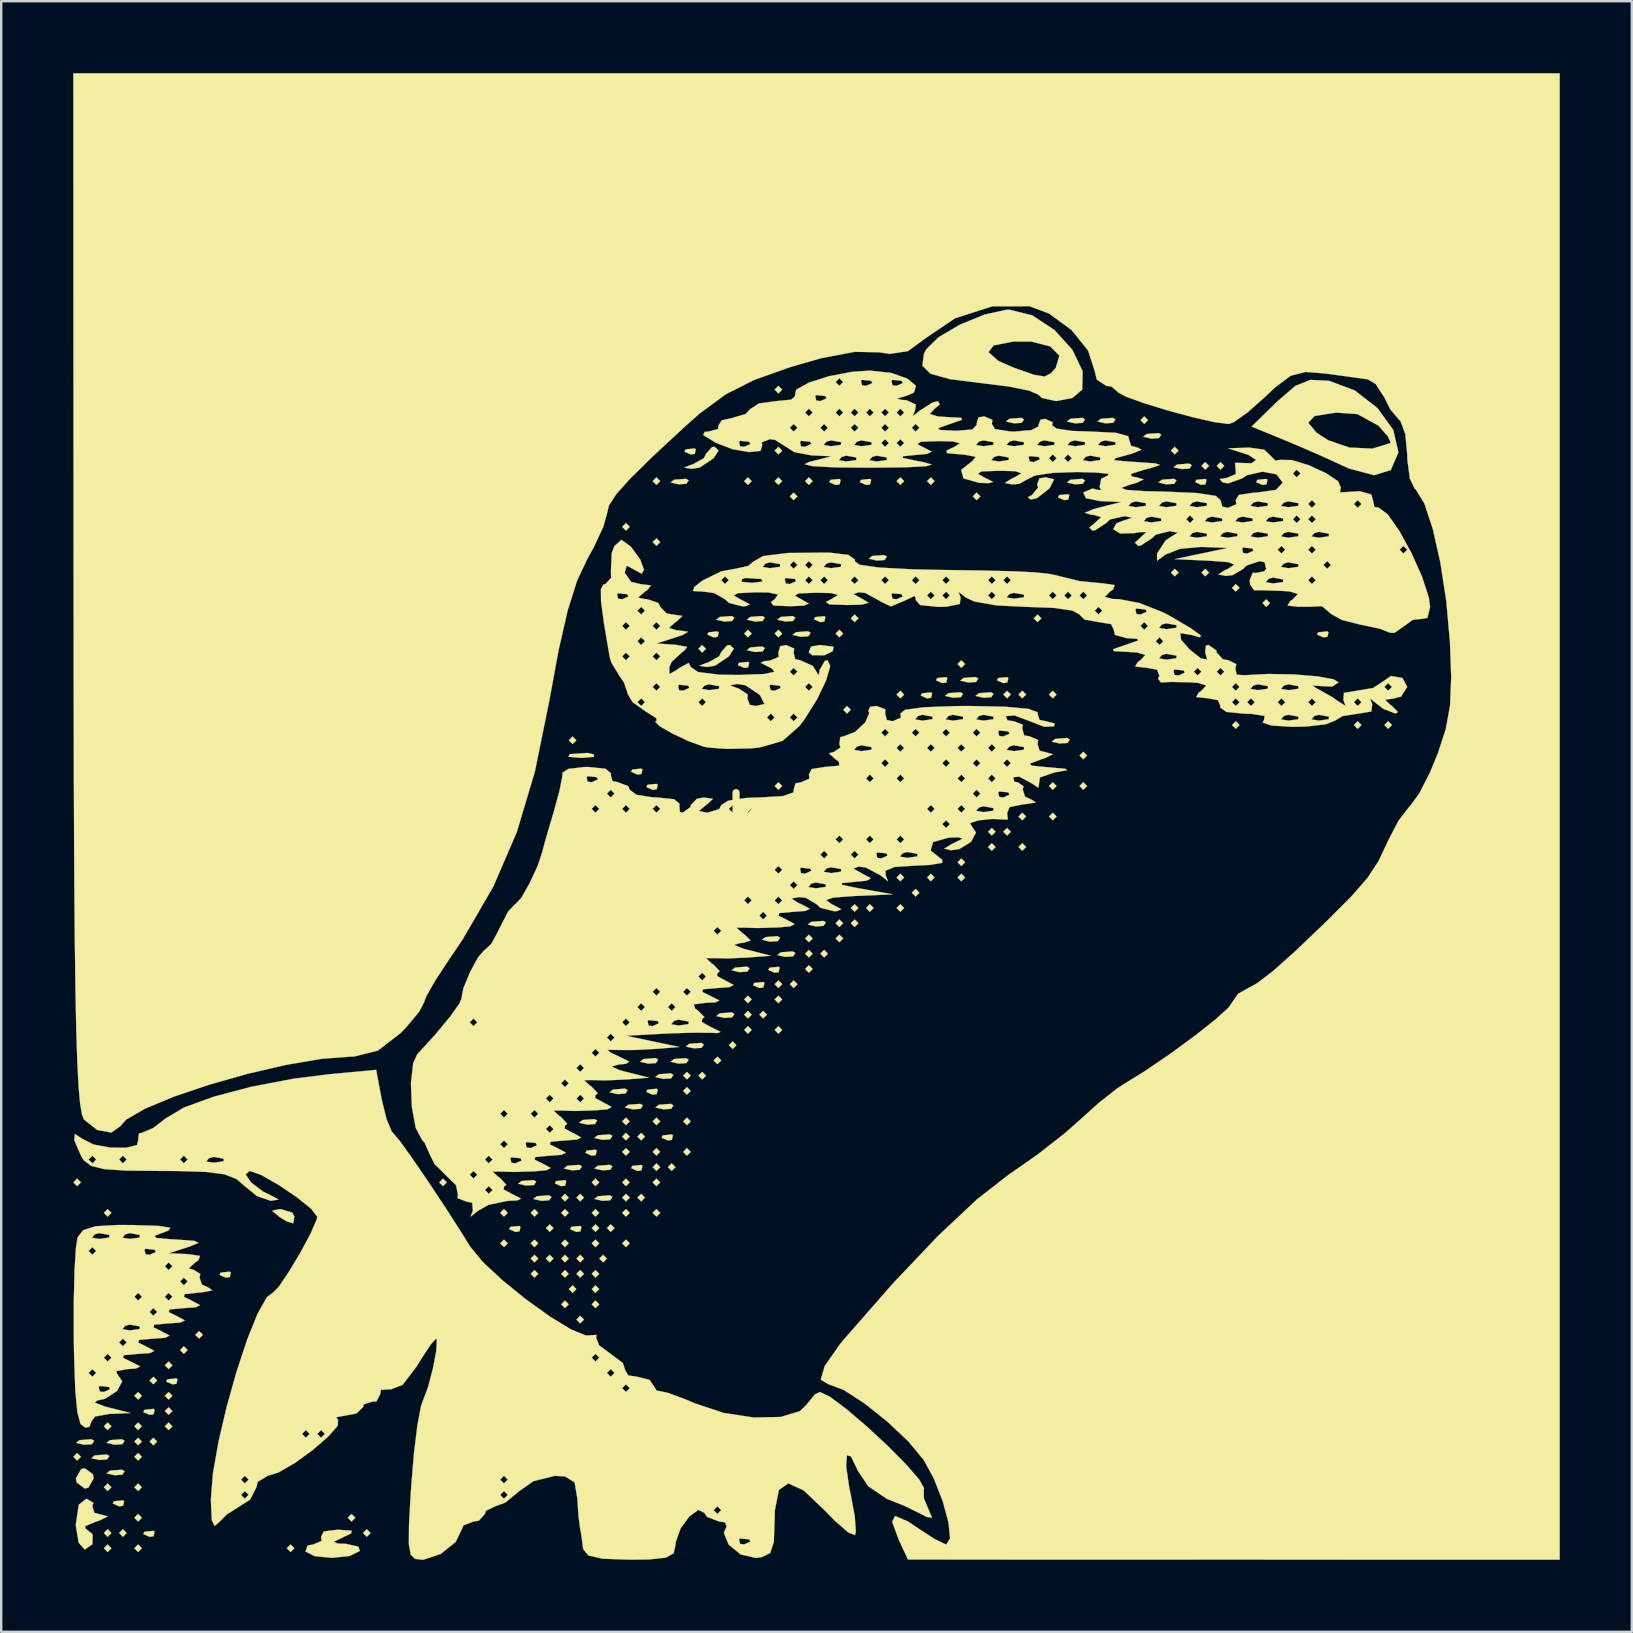
<source format=kicad_pcb>
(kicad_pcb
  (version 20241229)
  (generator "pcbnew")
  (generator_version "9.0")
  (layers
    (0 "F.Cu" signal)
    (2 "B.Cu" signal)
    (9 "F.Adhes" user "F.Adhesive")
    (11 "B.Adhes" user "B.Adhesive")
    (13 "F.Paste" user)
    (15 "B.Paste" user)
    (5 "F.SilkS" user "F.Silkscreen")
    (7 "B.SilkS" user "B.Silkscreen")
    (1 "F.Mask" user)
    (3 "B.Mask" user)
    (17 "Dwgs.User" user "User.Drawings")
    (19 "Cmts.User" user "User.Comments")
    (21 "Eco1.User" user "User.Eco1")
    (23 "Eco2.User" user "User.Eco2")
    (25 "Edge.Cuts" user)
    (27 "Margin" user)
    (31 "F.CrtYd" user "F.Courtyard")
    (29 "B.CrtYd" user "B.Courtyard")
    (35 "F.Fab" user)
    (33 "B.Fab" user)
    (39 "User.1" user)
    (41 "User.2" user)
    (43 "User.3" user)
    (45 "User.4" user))
  (footprint "kermit"
    (layer "F.Cu")
    (at 30.802 30.802)
    (property "Reference" "kermit" (at 0 0 0) (layer "F.SilkS") (effects (font (size 1.524 1.524) (thickness 0.3))))
    (attr through_hole)
    (fp_poly (pts (xy -30.48 15.399) (xy -30.639 15.557) (xy -30.797 15.399) (xy -30.639 15.24) (xy -30.48 15.399)) (stroke (width 0.01) (type solid)) (fill yes) (layer "F.SilkS"))
    (fp_poly (pts (xy -30.48 26.829) (xy -30.639 26.988) (xy -30.797 26.829) (xy -30.639 26.67) (xy -30.48 26.829)) (stroke (width 0.01) (type solid)) (fill yes) (layer "F.SilkS"))
    (fp_poly (pts (xy -29.21 16.669) (xy -29.369 16.828) (xy -29.527 16.669) (xy -29.369 16.51) (xy -29.21 16.669)) (stroke (width 0.01) (type solid)) (fill yes) (layer "F.SilkS"))
    (fp_poly (pts (xy -29.21 25.559) (xy -29.369 25.718) (xy -29.527 25.559) (xy -29.369 25.4) (xy -29.21 25.559)) (stroke (width 0.01) (type solid)) (fill yes) (layer "F.SilkS"))
    (fp_poly (pts (xy -29.21 28.099) (xy -29.369 28.258) (xy -29.527 28.099) (xy -29.369 27.94) (xy -29.21 28.099)) (stroke (width 0.01) (type solid)) (fill yes) (layer "F.SilkS"))
    (fp_poly (pts (xy -29.21 30.004) (xy -29.369 30.163) (xy -29.527 30.004) (xy -29.369 29.845) (xy -29.21 30.004)) (stroke (width 0.01) (type solid)) (fill yes) (layer "F.SilkS"))
    (fp_poly (pts (xy -29.21 30.639) (xy -29.369 30.797) (xy -29.527 30.639) (xy -29.369 30.48) (xy -29.21 30.639)) (stroke (width 0.01) (type solid)) (fill yes) (layer "F.SilkS"))
    (fp_poly (pts (xy -28.575 30.004) (xy -28.734 30.163) (xy -28.892 30.004) (xy -28.734 29.845) (xy -28.575 30.004)) (stroke (width 0.01) (type solid)) (fill yes) (layer "F.SilkS"))
    (fp_poly (pts (xy -27.94 24.289) (xy -28.099 24.448) (xy -28.258 24.289) (xy -28.099 24.13) (xy -27.94 24.289)) (stroke (width 0.01) (type solid)) (fill yes) (layer "F.SilkS"))
    (fp_poly (pts (xy -27.94 25.559) (xy -28.099 25.718) (xy -28.258 25.559) (xy -28.099 25.4) (xy -27.94 25.559)) (stroke (width 0.01) (type solid)) (fill yes) (layer "F.SilkS"))
    (fp_poly (pts (xy -27.94 26.194) (xy -28.099 26.352) (xy -28.258 26.194) (xy -28.099 26.035) (xy -27.94 26.194)) (stroke (width 0.01) (type solid)) (fill yes) (layer "F.SilkS"))
    (fp_poly (pts (xy -27.94 26.829) (xy -28.099 26.988) (xy -28.258 26.829) (xy -28.099 26.67) (xy -27.94 26.829)) (stroke (width 0.01) (type solid)) (fill yes) (layer "F.SilkS"))
    (fp_poly (pts (xy -27.94 28.099) (xy -28.099 28.258) (xy -28.258 28.099) (xy -28.099 27.94) (xy -27.94 28.099)) (stroke (width 0.01) (type solid)) (fill yes) (layer "F.SilkS"))
    (fp_poly (pts (xy -27.94 29.369) (xy -28.099 29.527) (xy -28.258 29.369) (xy -28.099 29.21) (xy -27.94 29.369)) (stroke (width 0.01) (type solid)) (fill yes) (layer "F.SilkS"))
    (fp_poly (pts (xy -27.94 30.639) (xy -28.099 30.797) (xy -28.258 30.639) (xy -28.099 30.48) (xy -27.94 30.639)) (stroke (width 0.01) (type solid)) (fill yes) (layer "F.SilkS"))
    (fp_poly (pts (xy -27.305 23.654) (xy -27.464 23.812) (xy -27.622 23.654) (xy -27.464 23.495) (xy -27.305 23.654)) (stroke (width 0.01) (type solid)) (fill yes) (layer "F.SilkS"))
    (fp_poly (pts (xy -27.305 26.194) (xy -27.464 26.352) (xy -27.622 26.194) (xy -27.464 26.035) (xy -27.305 26.194)) (stroke (width 0.01) (type solid)) (fill yes) (layer "F.SilkS"))
    (fp_poly (pts (xy -26.67 23.019) (xy -26.829 23.177) (xy -26.988 23.019) (xy -26.829 22.86) (xy -26.67 23.019)) (stroke (width 0.01) (type solid)) (fill yes) (layer "F.SilkS"))
    (fp_poly (pts (xy -26.67 24.289) (xy -26.829 24.448) (xy -26.988 24.289) (xy -26.829 24.13) (xy -26.67 24.289)) (stroke (width 0.01) (type solid)) (fill yes) (layer "F.SilkS"))
    (fp_poly (pts (xy -26.67 24.924) (xy -26.829 25.082) (xy -26.988 24.924) (xy -26.829 24.765) (xy -26.67 24.924)) (stroke (width 0.01) (type solid)) (fill yes) (layer "F.SilkS"))
    (fp_poly (pts (xy -26.67 25.559) (xy -26.829 25.718) (xy -26.988 25.559) (xy -26.829 25.4) (xy -26.67 25.559)) (stroke (width 0.01) (type solid)) (fill yes) (layer "F.SilkS"))
    (fp_poly (pts (xy -26.035 22.384) (xy -26.194 22.543) (xy -26.352 22.384) (xy -26.194 22.225) (xy -26.035 22.384)) (stroke (width 0.01) (type solid)) (fill yes) (layer "F.SilkS"))
    (fp_poly (pts (xy -25.4 21.749) (xy -25.559 21.907) (xy -25.718 21.749) (xy -25.559 21.59) (xy -25.4 21.749)) (stroke (width 0.01) (type solid)) (fill yes) (layer "F.SilkS"))
    (fp_poly (pts (xy -21.59 30.639) (xy -21.749 30.797) (xy -21.907 30.639) (xy -21.749 30.48) (xy -21.59 30.639)) (stroke (width 0.01) (type solid)) (fill yes) (layer "F.SilkS"))
    (fp_poly (pts (xy -19.05 29.369) (xy -19.209 29.527) (xy -19.367 29.369) (xy -19.209 29.21) (xy -19.05 29.369)) (stroke (width 0.01) (type solid)) (fill yes) (layer "F.SilkS"))
    (fp_poly (pts (xy -18.415 30.004) (xy -18.574 30.163) (xy -18.733 30.004) (xy -18.574 29.845) (xy -18.415 30.004)) (stroke (width 0.01) (type solid)) (fill yes) (layer "F.SilkS"))
    (fp_poly (pts (xy -15.24 15.399) (xy -15.399 15.557) (xy -15.557 15.399) (xy -15.399 15.24) (xy -15.24 15.399)) (stroke (width 0.01) (type solid)) (fill yes) (layer "F.SilkS"))
    (fp_poly (pts (xy -12.7 16.669) (xy -12.859 16.828) (xy -13.018 16.669) (xy -12.859 16.51) (xy -12.7 16.669)) (stroke (width 0.01) (type solid)) (fill yes) (layer "F.SilkS"))
    (fp_poly (pts (xy -12.7 17.939) (xy -12.859 18.098) (xy -13.018 17.939) (xy -12.859 17.78) (xy -12.7 17.939)) (stroke (width 0.01) (type solid)) (fill yes) (layer "F.SilkS"))
    (fp_poly (pts (xy -11.43 16.669) (xy -11.589 16.828) (xy -11.748 16.669) (xy -11.589 16.51) (xy -11.43 16.669)) (stroke (width 0.01) (type solid)) (fill yes) (layer "F.SilkS"))
    (fp_poly (pts (xy -11.43 17.939) (xy -11.589 18.098) (xy -11.748 17.939) (xy -11.589 17.78) (xy -11.43 17.939)) (stroke (width 0.01) (type solid)) (fill yes) (layer "F.SilkS"))
    (fp_poly (pts (xy -11.43 18.574) (xy -11.589 18.733) (xy -11.748 18.574) (xy -11.589 18.415) (xy -11.43 18.574)) (stroke (width 0.01) (type solid)) (fill yes) (layer "F.SilkS"))
    (fp_poly (pts (xy -11.43 19.209) (xy -11.589 19.367) (xy -11.748 19.209) (xy -11.589 19.05) (xy -11.43 19.209)) (stroke (width 0.01) (type solid)) (fill yes) (layer "F.SilkS"))
    (fp_poly (pts (xy -10.795 17.304) (xy -10.954 17.462) (xy -11.113 17.304) (xy -10.954 17.145) (xy -10.795 17.304)) (stroke (width 0.01) (type solid)) (fill yes) (layer "F.SilkS"))
    (fp_poly (pts (xy -10.795 18.574) (xy -10.954 18.733) (xy -11.113 18.574) (xy -10.954 18.415) (xy -10.795 18.574)) (stroke (width 0.01) (type solid)) (fill yes) (layer "F.SilkS"))
    (fp_poly (pts (xy -10.16 16.034) (xy -10.319 16.192) (xy -10.477 16.034) (xy -10.319 15.875) (xy -10.16 16.034)) (stroke (width 0.01) (type solid)) (fill yes) (layer "F.SilkS"))
    (fp_poly (pts (xy -10.16 16.669) (xy -10.319 16.828) (xy -10.477 16.669) (xy -10.319 16.51) (xy -10.16 16.669)) (stroke (width 0.01) (type solid)) (fill yes) (layer "F.SilkS"))
    (fp_poly (pts (xy -10.16 17.939) (xy -10.319 18.098) (xy -10.477 17.939) (xy -10.319 17.78) (xy -10.16 17.939)) (stroke (width 0.01) (type solid)) (fill yes) (layer "F.SilkS"))
    (fp_poly (pts (xy -10.16 18.574) (xy -10.319 18.733) (xy -10.477 18.574) (xy -10.319 18.415) (xy -10.16 18.574)) (stroke (width 0.01) (type solid)) (fill yes) (layer "F.SilkS"))
    (fp_poly (pts (xy -10.16 19.209) (xy -10.319 19.367) (xy -10.477 19.209) (xy -10.319 19.05) (xy -10.16 19.209)) (stroke (width 0.01) (type solid)) (fill yes) (layer "F.SilkS"))
    (fp_poly (pts (xy -10.16 20.479) (xy -10.319 20.637) (xy -10.477 20.479) (xy -10.319 20.32) (xy -10.16 20.479)) (stroke (width 0.01) (type solid)) (fill yes) (layer "F.SilkS"))
    (fp_poly (pts (xy -9.842 -3.016) (xy -10.001 -2.857) (xy -10.16 -3.016) (xy -10.001 -3.175) (xy -9.842 -3.016)) (stroke (width 0.01) (type solid)) (fill yes) (layer "F.SilkS"))
    (fp_poly (pts (xy -9.842 19.844) (xy -10.001 20.003) (xy -10.16 19.844) (xy -10.001 19.685) (xy -9.842 19.844)) (stroke (width 0.01) (type solid)) (fill yes) (layer "F.SilkS"))
    (fp_poly (pts (xy -9.525 16.034) (xy -9.684 16.192) (xy -9.842 16.034) (xy -9.684 15.875) (xy -9.525 16.034)) (stroke (width 0.01) (type solid)) (fill yes) (layer "F.SilkS"))
    (fp_poly (pts (xy -9.525 18.574) (xy -9.684 18.733) (xy -9.842 18.574) (xy -9.684 18.415) (xy -9.525 18.574)) (stroke (width 0.01) (type solid)) (fill yes) (layer "F.SilkS"))
    (fp_poly (pts (xy -9.525 19.209) (xy -9.684 19.367) (xy -9.842 19.209) (xy -9.684 19.05) (xy -9.525 19.209)) (stroke (width 0.01) (type solid)) (fill yes) (layer "F.SilkS"))
    (fp_poly (pts (xy -9.525 21.114) (xy -9.684 21.273) (xy -9.842 21.114) (xy -9.684 20.955) (xy -9.525 21.114)) (stroke (width 0.01) (type solid)) (fill yes) (layer "F.SilkS"))
    (fp_poly (pts (xy -8.89 15.399) (xy -9.049 15.557) (xy -9.207 15.399) (xy -9.049 15.24) (xy -8.89 15.399)) (stroke (width 0.01) (type solid)) (fill yes) (layer "F.SilkS"))
    (fp_poly (pts (xy -8.89 16.669) (xy -9.049 16.828) (xy -9.207 16.669) (xy -9.049 16.51) (xy -8.89 16.669)) (stroke (width 0.01) (type solid)) (fill yes) (layer "F.SilkS"))
    (fp_poly (pts (xy -8.89 17.304) (xy -9.049 17.462) (xy -9.207 17.304) (xy -9.049 17.145) (xy -8.89 17.304)) (stroke (width 0.01) (type solid)) (fill yes) (layer "F.SilkS"))
    (fp_poly (pts (xy -8.89 17.939) (xy -9.049 18.098) (xy -9.207 17.939) (xy -9.049 17.78) (xy -8.89 17.939)) (stroke (width 0.01) (type solid)) (fill yes) (layer "F.SilkS"))
    (fp_poly (pts (xy -8.89 19.209) (xy -9.049 19.367) (xy -9.207 19.209) (xy -9.049 19.05) (xy -8.89 19.209)) (stroke (width 0.01) (type solid)) (fill yes) (layer "F.SilkS"))
    (fp_poly (pts (xy -8.89 19.844) (xy -9.049 20.003) (xy -9.207 19.844) (xy -9.049 19.685) (xy -8.89 19.844)) (stroke (width 0.01) (type solid)) (fill yes) (layer "F.SilkS"))
    (fp_poly (pts (xy -8.89 20.479) (xy -9.049 20.637) (xy -9.207 20.479) (xy -9.049 20.32) (xy -8.89 20.479)) (stroke (width 0.01) (type solid)) (fill yes) (layer "F.SilkS"))
    (fp_poly (pts (xy -8.572 18.574) (xy -8.731 18.733) (xy -8.89 18.574) (xy -8.731 18.415) (xy -8.572 18.574)) (stroke (width 0.01) (type solid)) (fill yes) (layer "F.SilkS"))
    (fp_poly (pts (xy -8.255 17.304) (xy -8.414 17.462) (xy -8.572 17.304) (xy -8.414 17.145) (xy -8.255 17.304)) (stroke (width 0.01) (type solid)) (fill yes) (layer "F.SilkS"))
    (fp_poly (pts (xy -7.62 -11.906) (xy -7.779 -11.748) (xy -7.938 -11.906) (xy -7.779 -12.065) (xy -7.62 -11.906)) (stroke (width 0.01) (type solid)) (fill yes) (layer "F.SilkS"))
    (fp_poly (pts (xy -7.62 12.859) (xy -7.779 13.018) (xy -7.938 12.859) (xy -7.779 12.7) (xy -7.62 12.859)) (stroke (width 0.01) (type solid)) (fill yes) (layer "F.SilkS"))
    (fp_poly (pts (xy -7.62 13.494) (xy -7.779 13.652) (xy -7.938 13.494) (xy -7.779 13.335) (xy -7.62 13.494)) (stroke (width 0.01) (type solid)) (fill yes) (layer "F.SilkS"))
    (fp_poly (pts (xy -7.62 14.129) (xy -7.779 14.287) (xy -7.938 14.129) (xy -7.779 13.97) (xy -7.62 14.129)) (stroke (width 0.01) (type solid)) (fill yes) (layer "F.SilkS"))
    (fp_poly (pts (xy -7.62 15.399) (xy -7.779 15.557) (xy -7.938 15.399) (xy -7.779 15.24) (xy -7.62 15.399)) (stroke (width 0.01) (type solid)) (fill yes) (layer "F.SilkS"))
    (fp_poly (pts (xy -7.62 16.034) (xy -7.779 16.192) (xy -7.938 16.034) (xy -7.779 15.875) (xy -7.62 16.034)) (stroke (width 0.01) (type solid)) (fill yes) (layer "F.SilkS"))
    (fp_poly (pts (xy -7.62 16.669) (xy -7.779 16.828) (xy -7.938 16.669) (xy -7.779 16.51) (xy -7.62 16.669)) (stroke (width 0.01) (type solid)) (fill yes) (layer "F.SilkS"))
    (fp_poly (pts (xy -7.62 17.939) (xy -7.779 18.098) (xy -7.938 17.939) (xy -7.779 17.78) (xy -7.62 17.939)) (stroke (width 0.01) (type solid)) (fill yes) (layer "F.SilkS"))
    (fp_poly (pts (xy -6.985 13.494) (xy -7.144 13.652) (xy -7.303 13.494) (xy -7.144 13.335) (xy -6.985 13.494)) (stroke (width 0.01) (type solid)) (fill yes) (layer "F.SilkS"))
    (fp_poly (pts (xy -6.985 16.034) (xy -7.144 16.192) (xy -7.303 16.034) (xy -7.144 15.875) (xy -6.985 16.034)) (stroke (width 0.01) (type solid)) (fill yes) (layer "F.SilkS"))
    (fp_poly (pts (xy -6.35 -13.811) (xy -6.509 -13.652) (xy -6.668 -13.811) (xy -6.509 -13.97) (xy -6.35 -13.811)) (stroke (width 0.01) (type solid)) (fill yes) (layer "F.SilkS"))
    (fp_poly (pts (xy -6.35 -11.271) (xy -6.509 -11.113) (xy -6.668 -11.271) (xy -6.509 -11.43) (xy -6.35 -11.271)) (stroke (width 0.01) (type solid)) (fill yes) (layer "F.SilkS"))
    (fp_poly (pts (xy -6.35 12.859) (xy -6.509 13.018) (xy -6.668 12.859) (xy -6.509 12.7) (xy -6.35 12.859)) (stroke (width 0.01) (type solid)) (fill yes) (layer "F.SilkS"))
    (fp_poly (pts (xy -6.35 14.129) (xy -6.509 14.287) (xy -6.668 14.129) (xy -6.509 13.97) (xy -6.35 14.129)) (stroke (width 0.01) (type solid)) (fill yes) (layer "F.SilkS"))
    (fp_poly (pts (xy -6.35 14.764) (xy -6.509 14.922) (xy -6.668 14.764) (xy -6.509 14.605) (xy -6.35 14.764)) (stroke (width 0.01) (type solid)) (fill yes) (layer "F.SilkS"))
    (fp_poly (pts (xy -6.35 15.399) (xy -6.509 15.557) (xy -6.668 15.399) (xy -6.509 15.24) (xy -6.35 15.399)) (stroke (width 0.01) (type solid)) (fill yes) (layer "F.SilkS"))
    (fp_poly (pts (xy -6.35 16.669) (xy -6.509 16.828) (xy -6.668 16.669) (xy -6.509 16.51) (xy -6.35 16.669)) (stroke (width 0.01) (type solid)) (fill yes) (layer "F.SilkS"))
    (fp_poly (pts (xy -5.715 14.764) (xy -5.874 14.922) (xy -6.032 14.764) (xy -5.874 14.605) (xy -5.715 14.764)) (stroke (width 0.01) (type solid)) (fill yes) (layer "F.SilkS"))
    (fp_poly (pts (xy -5.08 10.954) (xy -5.239 11.113) (xy -5.397 10.954) (xy -5.239 10.795) (xy -5.08 10.954)) (stroke (width 0.01) (type solid)) (fill yes) (layer "F.SilkS"))
    (fp_poly (pts (xy -5.08 11.589) (xy -5.239 11.748) (xy -5.397 11.589) (xy -5.239 11.43) (xy -5.08 11.589)) (stroke (width 0.01) (type solid)) (fill yes) (layer "F.SilkS"))
    (fp_poly (pts (xy -5.08 12.859) (xy -5.239 13.018) (xy -5.397 12.859) (xy -5.239 12.7) (xy -5.08 12.859)) (stroke (width 0.01) (type solid)) (fill yes) (layer "F.SilkS"))
    (fp_poly (pts (xy -5.08 14.129) (xy -5.239 14.287) (xy -5.397 14.129) (xy -5.239 13.97) (xy -5.08 14.129)) (stroke (width 0.01) (type solid)) (fill yes) (layer "F.SilkS"))
    (fp_poly (pts (xy -4.445 -6.826) (xy -4.604 -6.668) (xy -4.763 -6.826) (xy -4.604 -6.985) (xy -4.445 -6.826)) (stroke (width 0.01) (type solid)) (fill yes) (layer "F.SilkS"))
    (fp_poly (pts (xy -4.445 10.954) (xy -4.604 11.113) (xy -4.763 10.954) (xy -4.604 10.795) (xy -4.445 10.954)) (stroke (width 0.01) (type solid)) (fill yes) (layer "F.SilkS"))
    (fp_poly (pts (xy -3.81 10.319) (xy -3.969 10.477) (xy -4.128 10.319) (xy -3.969 10.16) (xy -3.81 10.319)) (stroke (width 0.01) (type solid)) (fill yes) (layer "F.SilkS"))
    (fp_poly (pts (xy -3.175 9.684) (xy -3.334 9.842) (xy -3.493 9.684) (xy -3.334 9.525) (xy -3.175 9.684)) (stroke (width 0.01) (type solid)) (fill yes) (layer "F.SilkS"))
    (fp_poly (pts (xy -2.54 -13.811) (xy -2.699 -13.652) (xy -2.857 -13.811) (xy -2.699 -13.97) (xy -2.54 -13.811)) (stroke (width 0.01) (type solid)) (fill yes) (layer "F.SilkS"))
    (fp_poly (pts (xy -2.54 -7.461) (xy -2.699 -7.303) (xy -2.857 -7.461) (xy -2.699 -7.62) (xy -2.54 -7.461)) (stroke (width 0.01) (type solid)) (fill yes) (layer "F.SilkS"))
    (fp_poly (pts (xy -2.54 7.779) (xy -2.699 7.938) (xy -2.857 7.779) (xy -2.699 7.62) (xy -2.54 7.779)) (stroke (width 0.01) (type solid)) (fill yes) (layer "F.SilkS"))
    (fp_poly (pts (xy -2.54 8.414) (xy -2.699 8.572) (xy -2.857 8.414) (xy -2.699 8.255) (xy -2.54 8.414)) (stroke (width 0.01) (type solid)) (fill yes) (layer "F.SilkS"))
    (fp_poly (pts (xy -2.54 9.049) (xy -2.699 9.207) (xy -2.857 9.049) (xy -2.699 8.89) (xy -2.54 9.049)) (stroke (width 0.01) (type solid)) (fill yes) (layer "F.SilkS"))
    (fp_poly (pts (xy -1.905 8.414) (xy -2.064 8.572) (xy -2.223 8.414) (xy -2.064 8.255) (xy -1.905 8.414)) (stroke (width 0.01) (type solid)) (fill yes) (layer "F.SilkS"))
    (fp_poly (pts (xy -1.27 -17.621) (xy -1.429 -17.462) (xy -1.587 -17.621) (xy -1.429 -17.78) (xy -1.27 -17.621)) (stroke (width 0.01) (type solid)) (fill yes) (layer "F.SilkS"))
    (fp_poly (pts (xy -1.27 -15.081) (xy -1.429 -14.922) (xy -1.587 -15.081) (xy -1.429 -15.24) (xy -1.27 -15.081)) (stroke (width 0.01) (type solid)) (fill yes) (layer "F.SilkS"))
    (fp_poly (pts (xy -1.27 -13.811) (xy -1.429 -13.652) (xy -1.587 -13.811) (xy -1.429 -13.97) (xy -1.27 -13.811)) (stroke (width 0.01) (type solid)) (fill yes) (layer "F.SilkS"))
    (fp_poly (pts (xy -1.27 -7.461) (xy -1.429 -7.303) (xy -1.587 -7.461) (xy -1.429 -7.62) (xy -1.27 -7.461)) (stroke (width 0.01) (type solid)) (fill yes) (layer "F.SilkS"))
    (fp_poly (pts (xy -1.27 -1.111) (xy -1.429 -0.953) (xy -1.587 -1.111) (xy -1.429 -1.27) (xy -1.27 -1.111)) (stroke (width 0.01) (type solid)) (fill yes) (layer "F.SilkS"))
    (fp_poly (pts (xy -1.27 7.144) (xy -1.429 7.303) (xy -1.587 7.144) (xy -1.429 6.985) (xy -1.27 7.144)) (stroke (width 0.01) (type solid)) (fill yes) (layer "F.SilkS"))
    (fp_poly (pts (xy -1.27 7.779) (xy -1.429 7.938) (xy -1.587 7.779) (xy -1.429 7.62) (xy -1.27 7.779)) (stroke (width 0.01) (type solid)) (fill yes) (layer "F.SilkS"))
    (fp_poly (pts (xy -1.27 9.049) (xy -1.429 9.207) (xy -1.587 9.049) (xy -1.429 8.89) (xy -1.27 9.049)) (stroke (width 0.01) (type solid)) (fill yes) (layer "F.SilkS"))
    (fp_poly (pts (xy -0.635 -13.176) (xy -0.794 -13.018) (xy -0.953 -13.176) (xy -0.794 -13.335) (xy -0.635 -13.176)) (stroke (width 0.01) (type solid)) (fill yes) (layer "F.SilkS"))
    (fp_poly (pts (xy -0.635 7.144) (xy -0.794 7.303) (xy -0.953 7.144) (xy -0.794 6.985) (xy -0.635 7.144)) (stroke (width 0.01) (type solid)) (fill yes) (layer "F.SilkS"))
    (fp_poly (pts (xy 0 -13.811) (xy -0.159 -13.652) (xy -0.318 -13.811) (xy -0.159 -13.97) (xy 0 -13.811)) (stroke (width 0.01) (type solid)) (fill yes) (layer "F.SilkS"))
    (fp_poly (pts (xy 0 5.239) (xy -0.159 5.397) (xy -0.318 5.239) (xy -0.159 5.08) (xy 0 5.239)) (stroke (width 0.01) (type solid)) (fill yes) (layer "F.SilkS"))
    (fp_poly (pts (xy 0 5.874) (xy -0.159 6.032) (xy -0.318 5.874) (xy -0.159 5.715) (xy 0 5.874)) (stroke (width 0.01) (type solid)) (fill yes) (layer "F.SilkS"))
    (fp_poly (pts (xy 0 6.509) (xy -0.159 6.668) (xy -0.318 6.509) (xy -0.159 6.35) (xy 0 6.509)) (stroke (width 0.01) (type solid)) (fill yes) (layer "F.SilkS"))
    (fp_poly (pts (xy 0.635 5.874) (xy 0.476 6.032) (xy 0.318 5.874) (xy 0.476 5.715) (xy 0.635 5.874)) (stroke (width 0.01) (type solid)) (fill yes) (layer "F.SilkS"))
    (fp_poly (pts (xy 1.27 -7.461) (xy 1.111 -7.303) (xy 0.953 -7.461) (xy 1.111 -7.62) (xy 1.27 -7.461)) (stroke (width 0.01) (type solid)) (fill yes) (layer "F.SilkS"))
    (fp_poly (pts (xy 1.27 4.604) (xy 1.111 4.763) (xy 0.953 4.604) (xy 1.111 4.445) (xy 1.27 4.604)) (stroke (width 0.01) (type solid)) (fill yes) (layer "F.SilkS"))
    (fp_poly (pts (xy 1.27 5.239) (xy 1.111 5.397) (xy 0.953 5.239) (xy 1.111 5.08) (xy 1.27 5.239)) (stroke (width 0.01) (type solid)) (fill yes) (layer "F.SilkS"))
    (fp_poly (pts (xy 1.587 -4.286) (xy 1.429 -4.128) (xy 1.27 -4.286) (xy 1.429 -4.445) (xy 1.587 -4.286)) (stroke (width 0.01) (type solid)) (fill yes) (layer "F.SilkS"))
    (fp_poly (pts (xy 1.905 -8.096) (xy 1.746 -7.938) (xy 1.587 -8.096) (xy 1.746 -8.255) (xy 1.905 -8.096)) (stroke (width 0.01) (type solid)) (fill yes) (layer "F.SilkS"))
    (fp_poly (pts (xy 1.905 3.969) (xy 1.746 4.128) (xy 1.587 3.969) (xy 1.746 3.81) (xy 1.905 3.969)) (stroke (width 0.01) (type solid)) (fill yes) (layer "F.SilkS"))
    (fp_poly (pts (xy 1.905 4.604) (xy 1.746 4.763) (xy 1.587 4.604) (xy 1.746 4.445) (xy 1.905 4.604)) (stroke (width 0.01) (type solid)) (fill yes) (layer "F.SilkS"))
    (fp_poly (pts (xy 2.54 3.969) (xy 2.381 4.128) (xy 2.223 3.969) (xy 2.381 3.81) (xy 2.54 3.969)) (stroke (width 0.01) (type solid)) (fill yes) (layer "F.SilkS"))
    (fp_poly (pts (xy 3.81 -13.811) (xy 3.651 -13.652) (xy 3.493 -13.811) (xy 3.651 -13.97) (xy 3.81 -13.811)) (stroke (width 0.01) (type solid)) (fill yes) (layer "F.SilkS"))
    (fp_poly (pts (xy 3.81 -4.921) (xy 3.651 -4.763) (xy 3.493 -4.921) (xy 3.651 -5.08) (xy 3.81 -4.921)) (stroke (width 0.01) (type solid)) (fill yes) (layer "F.SilkS"))
    (fp_poly (pts (xy 3.81 2.699) (xy 3.651 2.857) (xy 3.493 2.699) (xy 3.651 2.54) (xy 3.81 2.699)) (stroke (width 0.01) (type solid)) (fill yes) (layer "F.SilkS"))
    (fp_poly (pts (xy 3.81 3.969) (xy 3.651 4.128) (xy 3.493 3.969) (xy 3.651 3.81) (xy 3.81 3.969)) (stroke (width 0.01) (type solid)) (fill yes) (layer "F.SilkS"))
    (fp_poly (pts (xy 4.445 3.334) (xy 4.286 3.493) (xy 4.128 3.334) (xy 4.286 3.175) (xy 4.445 3.334)) (stroke (width 0.01) (type solid)) (fill yes) (layer "F.SilkS"))
    (fp_poly (pts (xy 5.08 -13.811) (xy 4.921 -13.652) (xy 4.763 -13.811) (xy 4.921 -13.97) (xy 5.08 -13.811)) (stroke (width 0.01) (type solid)) (fill yes) (layer "F.SilkS"))
    (fp_poly (pts (xy 5.08 2.699) (xy 4.921 2.857) (xy 4.763 2.699) (xy 4.921 2.54) (xy 5.08 2.699)) (stroke (width 0.01) (type solid)) (fill yes) (layer "F.SilkS"))
    (fp_poly (pts (xy 6.35 -6.191) (xy 6.191 -6.032) (xy 6.032 -6.191) (xy 6.191 -6.35) (xy 6.35 -6.191)) (stroke (width 0.01) (type solid)) (fill yes) (layer "F.SilkS"))
    (fp_poly (pts (xy 6.35 2.064) (xy 6.191 2.223) (xy 6.032 2.064) (xy 6.191 1.905) (xy 6.35 2.064)) (stroke (width 0.01) (type solid)) (fill yes) (layer "F.SilkS"))
    (fp_poly (pts (xy 6.35 2.699) (xy 6.191 2.857) (xy 6.032 2.699) (xy 6.191 2.54) (xy 6.35 2.699)) (stroke (width 0.01) (type solid)) (fill yes) (layer "F.SilkS"))
    (fp_poly (pts (xy 6.985 -13.176) (xy 6.826 -13.018) (xy 6.668 -13.176) (xy 6.826 -13.335) (xy 6.985 -13.176)) (stroke (width 0.01) (type solid)) (fill yes) (layer "F.SilkS"))
    (fp_poly (pts (xy 7.62 0.794) (xy 7.461 0.953) (xy 7.303 0.794) (xy 7.461 0.635) (xy 7.62 0.794)) (stroke (width 0.01) (type solid)) (fill yes) (layer "F.SilkS"))
    (fp_poly (pts (xy 7.62 1.429) (xy 7.461 1.587) (xy 7.303 1.429) (xy 7.461 1.27) (xy 7.62 1.429)) (stroke (width 0.01) (type solid)) (fill yes) (layer "F.SilkS"))
    (fp_poly (pts (xy 8.255 -4.921) (xy 8.096 -4.763) (xy 7.938 -4.921) (xy 8.096 -5.08) (xy 8.255 -4.921)) (stroke (width 0.01) (type solid)) (fill yes) (layer "F.SilkS"))
    (fp_poly (pts (xy 8.255 0.794) (xy 8.096 0.953) (xy 7.938 0.794) (xy 8.096 0.635) (xy 8.255 0.794)) (stroke (width 0.01) (type solid)) (fill yes) (layer "F.SilkS"))
    (fp_poly (pts (xy 8.89 -4.921) (xy 8.731 -4.763) (xy 8.572 -4.921) (xy 8.731 -5.08) (xy 8.89 -4.921)) (stroke (width 0.01) (type solid)) (fill yes) (layer "F.SilkS"))
    (fp_poly (pts (xy 8.89 0.159) (xy 8.731 0.318) (xy 8.572 0.159) (xy 8.731 0) (xy 8.89 0.159)) (stroke (width 0.01) (type solid)) (fill yes) (layer "F.SilkS"))
    (fp_poly (pts (xy 8.89 1.429) (xy 8.731 1.587) (xy 8.572 1.429) (xy 8.731 1.27) (xy 8.89 1.429)) (stroke (width 0.01) (type solid)) (fill yes) (layer "F.SilkS"))
    (fp_poly (pts (xy 9.525 -8.096) (xy 9.366 -7.938) (xy 9.207 -8.096) (xy 9.366 -8.255) (xy 9.525 -8.096)) (stroke (width 0.01) (type solid)) (fill yes) (layer "F.SilkS"))
    (fp_poly (pts (xy 10.16 -4.921) (xy 10.001 -4.763) (xy 9.842 -4.921) (xy 10.001 -5.08) (xy 10.16 -4.921)) (stroke (width 0.01) (type solid)) (fill yes) (layer "F.SilkS"))
    (fp_poly (pts (xy 10.16 -1.111) (xy 10.001 -0.953) (xy 9.842 -1.111) (xy 10.001 -1.27) (xy 10.16 -1.111)) (stroke (width 0.01) (type solid)) (fill yes) (layer "F.SilkS"))
    (fp_poly (pts (xy 10.16 0.159) (xy 10.001 0.318) (xy 9.842 0.159) (xy 10.001 0) (xy 10.16 0.159)) (stroke (width 0.01) (type solid)) (fill yes) (layer "F.SilkS"))
    (fp_poly (pts (xy 11.43 -2.381) (xy 11.271 -2.223) (xy 11.113 -2.381) (xy 11.271 -2.54) (xy 11.43 -2.381)) (stroke (width 0.01) (type solid)) (fill yes) (layer "F.SilkS"))
    (fp_poly (pts (xy 11.43 -1.111) (xy 11.271 -0.953) (xy 11.113 -1.111) (xy 11.271 -1.27) (xy 11.43 -1.111)) (stroke (width 0.01) (type solid)) (fill yes) (layer "F.SilkS"))
    (fp_poly (pts (xy 13.97 -16.351) (xy 13.811 -16.192) (xy 13.652 -16.351) (xy 13.811 -16.51) (xy 13.97 -16.351)) (stroke (width 0.01) (type solid)) (fill yes) (layer "F.SilkS"))
    (fp_poly (pts (xy 15.24 -15.081) (xy 15.081 -14.922) (xy 14.922 -15.081) (xy 15.081 -15.24) (xy 15.24 -15.081)) (stroke (width 0.01) (type solid)) (fill yes) (layer "F.SilkS"))
    (fp_poly (pts (xy 15.24 -10.001) (xy 15.081 -9.842) (xy 14.922 -10.001) (xy 15.081 -10.16) (xy 15.24 -10.001)) (stroke (width 0.01) (type solid)) (fill yes) (layer "F.SilkS"))
    (fp_poly (pts (xy 16.51 -14.446) (xy 16.351 -14.287) (xy 16.192 -14.446) (xy 16.351 -14.605) (xy 16.51 -14.446)) (stroke (width 0.01) (type solid)) (fill yes) (layer "F.SilkS"))
    (fp_poly (pts (xy 16.51 -10.001) (xy 16.351 -9.842) (xy 16.192 -10.001) (xy 16.351 -10.16) (xy 16.51 -10.001)) (stroke (width 0.01) (type solid)) (fill yes) (layer "F.SilkS"))
    (fp_poly (pts (xy 17.145 -14.446) (xy 16.986 -14.287) (xy 16.828 -14.446) (xy 16.986 -14.605) (xy 17.145 -14.446)) (stroke (width 0.01) (type solid)) (fill yes) (layer "F.SilkS"))
    (fp_poly (pts (xy 17.78 -9.366) (xy 17.621 -9.207) (xy 17.462 -9.366) (xy 17.621 -9.525) (xy 17.78 -9.366)) (stroke (width 0.01) (type solid)) (fill yes) (layer "F.SilkS"))
    (fp_poly (pts (xy 17.78 -3.651) (xy 17.621 -3.493) (xy 17.462 -3.651) (xy 17.621 -3.81) (xy 17.78 -3.651)) (stroke (width 0.01) (type solid)) (fill yes) (layer "F.SilkS"))
    (fp_poly (pts (xy 19.05 -8.731) (xy 18.891 -8.572) (xy 18.733 -8.731) (xy 18.891 -8.89) (xy 19.05 -8.731)) (stroke (width 0.01) (type solid)) (fill yes) (layer "F.SilkS"))
    (fp_poly (pts (xy 22.86 -3.651) (xy 22.701 -3.493) (xy 22.543 -3.651) (xy 22.701 -3.81) (xy 22.86 -3.651)) (stroke (width 0.01) (type solid)) (fill yes) (layer "F.SilkS"))
    (fp_poly (pts (xy 24.13 -3.651) (xy 23.971 -3.493) (xy 23.812 -3.651) (xy 23.971 -3.81) (xy 24.13 -3.651)) (stroke (width 0.01) (type solid)) (fill yes) (layer "F.SilkS"))
    (fp_poly (pts (xy -29.931 26.161) (xy -30.026 26.305) (xy -30.348 26.327) (xy -30.686 26.25) (xy -30.54 26.136) (xy -30.043 26.098) (xy -29.931 26.161)) (stroke (width 0.01) (type solid)) (fill yes) (layer "F.SilkS"))
    (fp_poly (pts (xy -29.296 26.796) (xy -29.391 26.94) (xy -29.713 26.962) (xy -30.051 26.885) (xy -29.905 26.771) (xy -29.408 26.733) (xy -29.296 26.796)) (stroke (width 0.01) (type solid)) (fill yes) (layer "F.SilkS"))
    (fp_poly (pts (xy -28.681 28.681) (xy -28.724 28.87) (xy -28.892 28.892) (xy -29.154 28.776) (xy -29.104 28.681) (xy -28.727 28.643) (xy -28.681 28.681)) (stroke (width 0.01) (type solid)) (fill yes) (layer "F.SilkS"))
    (fp_poly (pts (xy -28.661 26.161) (xy -28.756 26.305) (xy -29.078 26.327) (xy -29.416 26.25) (xy -29.27 26.136) (xy -28.773 26.098) (xy -28.661 26.161)) (stroke (width 0.01) (type solid)) (fill yes) (layer "F.SilkS"))
    (fp_poly (pts (xy -28.661 27.431) (xy -28.756 27.575) (xy -29.078 27.597) (xy -29.416 27.52) (xy -29.27 27.406) (xy -28.773 27.368) (xy -28.661 27.431)) (stroke (width 0.01) (type solid)) (fill yes) (layer "F.SilkS"))
    (fp_poly (pts (xy -27.411 24.871) (xy -27.454 25.06) (xy -27.622 25.082) (xy -27.884 24.966) (xy -27.834 24.871) (xy -27.457 24.833) (xy -27.411 24.871)) (stroke (width 0.01) (type solid)) (fill yes) (layer "F.SilkS"))
    (fp_poly (pts (xy -27.411 29.951) (xy -27.454 30.14) (xy -27.622 30.163) (xy -27.884 30.046) (xy -27.834 29.951) (xy -27.457 29.913) (xy -27.411 29.951)) (stroke (width 0.01) (type solid)) (fill yes) (layer "F.SilkS"))
    (fp_poly (pts (xy -26.458 23.601) (xy -26.502 23.79) (xy -26.67 23.812) (xy -26.931 23.696) (xy -26.882 23.601) (xy -26.505 23.563) (xy -26.458 23.601)) (stroke (width 0.01) (type solid)) (fill yes) (layer "F.SilkS"))
    (fp_poly (pts (xy -24.236 19.156) (xy -24.279 19.345) (xy -24.448 19.367) (xy -24.709 19.251) (xy -24.659 19.156) (xy -24.282 19.118) (xy -24.236 19.156)) (stroke (width 0.01) (type solid)) (fill yes) (layer "F.SilkS"))
    (fp_poly (pts (xy -12.171 17.251) (xy -12.214 17.44) (xy -12.383 17.462) (xy -12.644 17.346) (xy -12.594 17.251) (xy -12.217 17.213) (xy -12.171 17.251)) (stroke (width 0.01) (type solid)) (fill yes) (layer "F.SilkS"))
    (fp_poly (pts (xy -11.516 15.366) (xy -11.611 15.51) (xy -11.933 15.532) (xy -12.271 15.455) (xy -12.125 15.341) (xy -11.628 15.303) (xy -11.516 15.366)) (stroke (width 0.01) (type solid)) (fill yes) (layer "F.SilkS"))
    (fp_poly (pts (xy -10.881 16.001) (xy -10.976 16.145) (xy -11.298 16.167) (xy -11.636 16.09) (xy -11.49 15.976) (xy -10.993 15.938) (xy -10.881 16.001)) (stroke (width 0.01) (type solid)) (fill yes) (layer "F.SilkS"))
    (fp_poly (pts (xy -10.266 15.346) (xy -10.309 15.535) (xy -10.477 15.557) (xy -10.739 15.441) (xy -10.689 15.346) (xy -10.312 15.308) (xy -10.266 15.346)) (stroke (width 0.01) (type solid)) (fill yes) (layer "F.SilkS"))
    (fp_poly (pts (xy -9.631 17.251) (xy -9.674 17.44) (xy -9.842 17.462) (xy -10.104 17.346) (xy -10.054 17.251) (xy -9.677 17.213) (xy -9.631 17.251)) (stroke (width 0.01) (type solid)) (fill yes) (layer "F.SilkS"))
    (fp_poly (pts (xy -9.611 14.731) (xy -9.706 14.875) (xy -10.028 14.897) (xy -10.366 14.82) (xy -10.22 14.706) (xy -9.723 14.668) (xy -9.611 14.731)) (stroke (width 0.01) (type solid)) (fill yes) (layer "F.SilkS"))
    (fp_poly (pts (xy -8.996 14.076) (xy -9.039 14.265) (xy -9.207 14.287) (xy -9.469 14.171) (xy -9.419 14.076) (xy -9.042 14.038) (xy -8.996 14.076)) (stroke (width 0.01) (type solid)) (fill yes) (layer "F.SilkS"))
    (fp_poly (pts (xy -8.976 12.826) (xy -9.071 12.97) (xy -9.393 12.992) (xy -9.731 12.915) (xy -9.585 12.801) (xy -9.088 12.763) (xy -8.976 12.826)) (stroke (width 0.01) (type solid)) (fill yes) (layer "F.SilkS"))
    (fp_poly (pts (xy -8.341 13.461) (xy -8.436 13.605) (xy -8.758 13.627) (xy -9.096 13.55) (xy -8.95 13.436) (xy -8.453 13.398) (xy -8.341 13.461)) (stroke (width 0.01) (type solid)) (fill yes) (layer "F.SilkS"))
    (fp_poly (pts (xy -8.341 14.731) (xy -8.436 14.875) (xy -8.758 14.897) (xy -9.096 14.82) (xy -8.95 14.706) (xy -8.453 14.668) (xy -8.341 14.731)) (stroke (width 0.01) (type solid)) (fill yes) (layer "F.SilkS"))
    (fp_poly (pts (xy -8.341 16.001) (xy -8.436 16.145) (xy -8.758 16.167) (xy -9.096 16.09) (xy -8.95 15.976) (xy -8.453 15.938) (xy -8.341 16.001)) (stroke (width 0.01) (type solid)) (fill yes) (layer "F.SilkS"))
    (fp_poly (pts (xy -7.706 11.556) (xy -7.801 11.7) (xy -8.123 11.722) (xy -8.461 11.645) (xy -8.315 11.531) (xy -7.818 11.493) (xy -7.706 11.556)) (stroke (width 0.01) (type solid)) (fill yes) (layer "F.SilkS"))
    (fp_poly (pts (xy -7.091 -1.799) (xy -7.134 -1.61) (xy -7.303 -1.587) (xy -7.564 -1.704) (xy -7.514 -1.799) (xy -7.137 -1.837) (xy -7.091 -1.799)) (stroke (width 0.01) (type solid)) (fill yes) (layer "F.SilkS"))
    (fp_poly (pts (xy -7.091 14.711) (xy -7.134 14.9) (xy -7.303 14.922) (xy -7.564 14.806) (xy -7.514 14.711) (xy -7.137 14.673) (xy -7.091 14.711)) (stroke (width 0.01) (type solid)) (fill yes) (layer "F.SilkS"))
    (fp_poly (pts (xy -7.071 12.191) (xy -7.166 12.335) (xy -7.488 12.357) (xy -7.826 12.28) (xy -7.68 12.166) (xy -7.183 12.128) (xy -7.071 12.191)) (stroke (width 0.01) (type solid)) (fill yes) (layer "F.SilkS"))
    (fp_poly (pts (xy -6.456 -1.164) (xy -6.499 -0.975) (xy -6.668 -0.953) (xy -6.929 -1.069) (xy -6.879 -1.164) (xy -6.502 -1.202) (xy -6.456 -1.164)) (stroke (width 0.01) (type solid)) (fill yes) (layer "F.SilkS"))
    (fp_poly (pts (xy -6.456 11.536) (xy -6.499 11.725) (xy -6.668 11.748) (xy -6.929 11.631) (xy -6.879 11.536) (xy -6.502 11.498) (xy -6.456 11.536)) (stroke (width 0.01) (type solid)) (fill yes) (layer "F.SilkS"))
    (fp_poly (pts (xy -6.436 10.286) (xy -6.531 10.43) (xy -6.853 10.452) (xy -7.191 10.375) (xy -7.045 10.261) (xy -6.548 10.223) (xy -6.436 10.286)) (stroke (width 0.01) (type solid)) (fill yes) (layer "F.SilkS"))
    (fp_poly (pts (xy -5.821 13.441) (xy -5.864 13.63) (xy -6.032 13.652) (xy -6.294 13.536) (xy -6.244 13.441) (xy -5.867 13.403) (xy -5.821 13.441)) (stroke (width 0.01) (type solid)) (fill yes) (layer "F.SilkS"))
    (fp_poly (pts (xy -5.801 10.921) (xy -5.896 11.065) (xy -6.218 11.087) (xy -6.556 11.01) (xy -6.41 10.896) (xy -5.913 10.858) (xy -5.801 10.921)) (stroke (width 0.01) (type solid)) (fill yes) (layer "F.SilkS"))
    (fp_poly (pts (xy -5.801 12.191) (xy -5.896 12.335) (xy -6.218 12.357) (xy -6.556 12.28) (xy -6.41 12.166) (xy -5.913 12.128) (xy -5.801 12.191)) (stroke (width 0.01) (type solid)) (fill yes) (layer "F.SilkS"))
    (fp_poly (pts (xy -5.166 -13.844) (xy -5.261 -13.7) (xy -5.583 -13.678) (xy -5.921 -13.755) (xy -5.775 -13.869) (xy -5.278 -13.907) (xy -5.166 -13.844)) (stroke (width 0.01) (type solid)) (fill yes) (layer "F.SilkS"))
    (fp_poly (pts (xy -5.166 10.286) (xy -5.261 10.43) (xy -5.583 10.452) (xy -5.921 10.375) (xy -5.775 10.261) (xy -5.278 10.223) (xy -5.166 10.286)) (stroke (width 0.01) (type solid)) (fill yes) (layer "F.SilkS"))
    (fp_poly (pts (xy -4.868 -15.134) (xy -4.912 -14.945) (xy -5.08 -14.922) (xy -5.341 -15.039) (xy -5.292 -15.134) (xy -4.915 -15.172) (xy -4.868 -15.134)) (stroke (width 0.01) (type solid)) (fill yes) (layer "F.SilkS"))
    (fp_poly (pts (xy -4.531 9.651) (xy -4.626 9.795) (xy -4.948 9.817) (xy -5.286 9.74) (xy -5.14 9.626) (xy -4.643 9.588) (xy -4.531 9.651)) (stroke (width 0.01) (type solid)) (fill yes) (layer "F.SilkS"))
    (fp_poly (pts (xy -3.916 -7.514) (xy -3.959 -7.325) (xy -4.128 -7.303) (xy -4.389 -7.419) (xy -4.339 -7.514) (xy -3.962 -7.552) (xy -3.916 -7.514)) (stroke (width 0.01) (type solid)) (fill yes) (layer "F.SilkS"))
    (fp_poly (pts (xy -3.261 -8.129) (xy -3.356 -7.985) (xy -3.678 -7.963) (xy -4.016 -8.04) (xy -3.87 -8.154) (xy -3.373 -8.192) (xy -3.261 -8.129)) (stroke (width 0.01) (type solid)) (fill yes) (layer "F.SilkS"))
    (fp_poly (pts (xy -3.261 8.381) (xy -3.356 8.525) (xy -3.678 8.547) (xy -4.016 8.47) (xy -3.87 8.356) (xy -3.373 8.318) (xy -3.261 8.381)) (stroke (width 0.01) (type solid)) (fill yes) (layer "F.SilkS"))
    (fp_poly (pts (xy -2.646 -6.244) (xy -2.689 -6.055) (xy -2.857 -6.032) (xy -3.119 -6.149) (xy -3.069 -6.244) (xy -2.692 -6.282) (xy -2.646 -6.244)) (stroke (width 0.01) (type solid)) (fill yes) (layer "F.SilkS"))
    (fp_poly (pts (xy -2.626 6.476) (xy -2.721 6.62) (xy -3.043 6.642) (xy -3.381 6.565) (xy -3.235 6.451) (xy -2.738 6.413) (xy -2.626 6.476)) (stroke (width 0.01) (type solid)) (fill yes) (layer "F.SilkS"))
    (fp_poly (pts (xy -2.011 7.091) (xy -2.054 7.28) (xy -2.223 7.303) (xy -2.484 7.186) (xy -2.434 7.091) (xy -2.057 7.053) (xy -2.011 7.091)) (stroke (width 0.01) (type solid)) (fill yes) (layer "F.SilkS"))
    (fp_poly (pts (xy -1.991 -8.129) (xy -2.086 -7.985) (xy -2.408 -7.963) (xy -2.746 -8.04) (xy -2.6 -8.154) (xy -2.103 -8.192) (xy -1.991 -8.129)) (stroke (width 0.01) (type solid)) (fill yes) (layer "F.SilkS"))
    (fp_poly (pts (xy -1.991 -6.859) (xy -2.086 -6.715) (xy -2.408 -6.693) (xy -2.746 -6.77) (xy -2.6 -6.884) (xy -2.103 -6.922) (xy -1.991 -6.859)) (stroke (width 0.01) (type solid)) (fill yes) (layer "F.SilkS"))
    (fp_poly (pts (xy -1.376 6.456) (xy -1.419 6.645) (xy -1.587 6.668) (xy -1.849 6.551) (xy -1.799 6.456) (xy -1.422 6.418) (xy -1.376 6.456)) (stroke (width 0.01) (type solid)) (fill yes) (layer "F.SilkS"))
    (fp_poly (pts (xy -1.356 5.206) (xy -1.451 5.35) (xy -1.773 5.372) (xy -2.111 5.295) (xy -1.965 5.181) (xy -1.468 5.143) (xy -1.356 5.206)) (stroke (width 0.01) (type solid)) (fill yes) (layer "F.SilkS"))
    (fp_poly (pts (xy -0.721 -8.129) (xy -0.816 -7.985) (xy -1.138 -7.963) (xy -1.476 -8.04) (xy -1.33 -8.154) (xy -0.833 -8.192) (xy -0.721 -8.129)) (stroke (width 0.01) (type solid)) (fill yes) (layer "F.SilkS"))
    (fp_poly (pts (xy -0.721 5.841) (xy -0.816 5.985) (xy -1.138 6.007) (xy -1.476 5.93) (xy -1.33 5.816) (xy -0.833 5.778) (xy -0.721 5.841)) (stroke (width 0.01) (type solid)) (fill yes) (layer "F.SilkS"))
    (fp_poly (pts (xy -0.086 -7.494) (xy -0.181 -7.35) (xy -0.503 -7.328) (xy -0.841 -7.405) (xy -0.695 -7.519) (xy -0.198 -7.557) (xy -0.086 -7.494)) (stroke (width 0.01) (type solid)) (fill yes) (layer "F.SilkS"))
    (fp_poly (pts (xy 0.529 -8.149) (xy 0.486 -7.96) (xy 0.318 -7.938) (xy 0.056 -8.054) (xy 0.106 -8.149) (xy 0.483 -8.187) (xy 0.529 -8.149)) (stroke (width 0.01) (type solid)) (fill yes) (layer "F.SilkS"))
    (fp_poly (pts (xy 0.549 4.571) (xy 0.454 4.715) (xy 0.132 4.737) (xy -0.206 4.66) (xy -0.06 4.546) (xy 0.437 4.508) (xy 0.549 4.571)) (stroke (width 0.01) (type solid)) (fill yes) (layer "F.SilkS"))
    (fp_poly (pts (xy 1.164 -13.864) (xy 1.121 -13.675) (xy 0.953 -13.652) (xy 0.691 -13.769) (xy 0.741 -13.864) (xy 1.118 -13.902) (xy 1.164 -13.864)) (stroke (width 0.01) (type solid)) (fill yes) (layer "F.SilkS"))
    (fp_poly (pts (xy 2.434 -13.864) (xy 2.391 -13.675) (xy 2.223 -13.652) (xy 1.961 -13.769) (xy 2.011 -13.864) (xy 2.388 -13.902) (xy 2.434 -13.864)) (stroke (width 0.01) (type solid)) (fill yes) (layer "F.SilkS"))
    (fp_poly (pts (xy 3.089 -10.669) (xy 2.994 -10.525) (xy 2.672 -10.503) (xy 2.334 -10.58) (xy 2.48 -10.694) (xy 2.977 -10.732) (xy 3.089 -10.669)) (stroke (width 0.01) (type solid)) (fill yes) (layer "F.SilkS"))
    (fp_poly (pts (xy 4.974 -4.974) (xy 4.931 -4.785) (xy 4.763 -4.763) (xy 4.501 -4.879) (xy 4.551 -4.974) (xy 4.928 -5.012) (xy 4.974 -4.974)) (stroke (width 0.01) (type solid)) (fill yes) (layer "F.SilkS"))
    (fp_poly (pts (xy 5.609 -5.609) (xy 5.566 -5.42) (xy 5.397 -5.397) (xy 5.136 -5.514) (xy 5.186 -5.609) (xy 5.563 -5.647) (xy 5.609 -5.609)) (stroke (width 0.01) (type solid)) (fill yes) (layer "F.SilkS"))
    (fp_poly (pts (xy 6.264 -4.954) (xy 6.169 -4.81) (xy 5.847 -4.788) (xy 5.509 -4.865) (xy 5.655 -4.979) (xy 6.152 -5.017) (xy 6.264 -4.954)) (stroke (width 0.01) (type solid)) (fill yes) (layer "F.SilkS"))
    (fp_poly (pts (xy 6.899 -5.589) (xy 6.804 -5.445) (xy 6.482 -5.423) (xy 6.144 -5.5) (xy 6.29 -5.614) (xy 6.787 -5.652) (xy 6.899 -5.589)) (stroke (width 0.01) (type solid)) (fill yes) (layer "F.SilkS"))
    (fp_poly (pts (xy 7.534 -4.954) (xy 7.439 -4.81) (xy 7.117 -4.788) (xy 6.779 -4.865) (xy 6.925 -4.979) (xy 7.422 -5.017) (xy 7.534 -4.954)) (stroke (width 0.01) (type solid)) (fill yes) (layer "F.SilkS"))
    (fp_poly (pts (xy 8.149 -5.609) (xy 8.106 -5.42) (xy 7.938 -5.397) (xy 7.676 -5.514) (xy 7.726 -5.609) (xy 8.103 -5.647) (xy 8.149 -5.609)) (stroke (width 0.01) (type solid)) (fill yes) (layer "F.SilkS"))
    (fp_poly (pts (xy 8.804 -16.384) (xy 8.709 -16.24) (xy 8.387 -16.218) (xy 8.049 -16.295) (xy 8.195 -16.409) (xy 8.692 -16.447) (xy 8.804 -16.384)) (stroke (width 0.01) (type solid)) (fill yes) (layer "F.SilkS"))
    (fp_poly (pts (xy 10.689 -13.229) (xy 10.646 -13.04) (xy 10.477 -13.018) (xy 10.216 -13.134) (xy 10.266 -13.229) (xy 10.643 -13.267) (xy 10.689 -13.229)) (stroke (width 0.01) (type solid)) (fill yes) (layer "F.SilkS"))
    (fp_poly (pts (xy 10.709 -3.049) (xy 10.614 -2.905) (xy 10.292 -2.883) (xy 9.954 -2.96) (xy 10.1 -3.074) (xy 10.597 -3.112) (xy 10.709 -3.049)) (stroke (width 0.01) (type solid)) (fill yes) (layer "F.SilkS"))
    (fp_poly (pts (xy 11.344 -16.384) (xy 11.249 -16.24) (xy 10.927 -16.218) (xy 10.589 -16.295) (xy 10.735 -16.409) (xy 11.232 -16.447) (xy 11.344 -16.384)) (stroke (width 0.01) (type solid)) (fill yes) (layer "F.SilkS"))
    (fp_poly (pts (xy 11.344 -13.844) (xy 11.249 -13.7) (xy 10.927 -13.678) (xy 10.589 -13.755) (xy 10.735 -13.869) (xy 11.232 -13.907) (xy 11.344 -13.844)) (stroke (width 0.01) (type solid)) (fill yes) (layer "F.SilkS"))
    (fp_poly (pts (xy 12.614 -16.384) (xy 12.519 -16.24) (xy 12.197 -16.218) (xy 11.859 -16.295) (xy 12.005 -16.409) (xy 12.502 -16.447) (xy 12.614 -16.384)) (stroke (width 0.01) (type solid)) (fill yes) (layer "F.SilkS"))
    (fp_poly (pts (xy 14.519 -15.749) (xy 14.424 -15.605) (xy 14.102 -15.583) (xy 13.764 -15.66) (xy 13.91 -15.774) (xy 14.407 -15.812) (xy 14.519 -15.749)) (stroke (width 0.01) (type solid)) (fill yes) (layer "F.SilkS"))
    (fp_poly (pts (xy 15.154 -13.844) (xy 15.059 -13.7) (xy 14.737 -13.678) (xy 14.399 -13.755) (xy 14.545 -13.869) (xy 15.042 -13.907) (xy 15.154 -13.844)) (stroke (width 0.01) (type solid)) (fill yes) (layer "F.SilkS"))
    (fp_poly (pts (xy 15.789 -14.479) (xy 15.694 -14.335) (xy 15.372 -14.313) (xy 15.034 -14.39) (xy 15.18 -14.504) (xy 15.677 -14.542) (xy 15.789 -14.479)) (stroke (width 0.01) (type solid)) (fill yes) (layer "F.SilkS"))
    (fp_poly (pts (xy 16.404 -13.864) (xy 16.361 -13.675) (xy 16.192 -13.652) (xy 15.931 -13.769) (xy 15.981 -13.864) (xy 16.358 -13.902) (xy 16.404 -13.864)) (stroke (width 0.01) (type solid)) (fill yes) (layer "F.SilkS"))
    (fp_poly (pts (xy 18.944 -13.864) (xy 18.901 -13.675) (xy 18.733 -13.652) (xy 18.471 -13.769) (xy 18.521 -13.864) (xy 18.898 -13.902) (xy 18.944 -13.864)) (stroke (width 0.01) (type solid)) (fill yes) (layer "F.SilkS"))
    (fp_poly (pts (xy 21.484 -7.514) (xy 21.441 -7.325) (xy 21.273 -7.303) (xy 21.011 -7.419) (xy 21.061 -7.514) (xy 21.438 -7.552) (xy 21.484 -7.514)) (stroke (width 0.01) (type solid)) (fill yes) (layer "F.SilkS"))
    (fp_poly (pts (xy 0.871 -6.914) (xy 0.835 -6.725) (xy 0.486 -6.557) (xy -0.024 -6.56) (xy -0.167 -6.681) (xy -0.063 -6.921) (xy 0.299 -6.985) (xy 0.871 -6.914)) (stroke (width 0.01) (type solid)) (fill yes) (layer "F.SilkS"))
    (fp_poly (pts (xy -29.983 27.557) (xy -29.951 27.728) (xy -30.171 28.115) (xy -30.321 28.152) (xy -30.66 27.9) (xy -30.692 27.728) (xy -30.471 27.341) (xy -30.321 27.305) (xy -29.983 27.557)) (stroke (width 0.01) (type solid)) (fill yes) (layer "F.SilkS"))
    (fp_poly (pts (xy -21.675 16.66) (xy -21.59 16.828) (xy -21.639 17.105) (xy -21.914 17.022) (xy -22.225 16.828) (xy -22.517 16.581) (xy -22.217 16.516) (xy -22.146 16.515) (xy -21.675 16.66)) (stroke (width 0.01) (type solid)) (fill yes) (layer "F.SilkS"))
    (fp_poly (pts (xy -9.122 -2.431) (xy -9.112 -2.327) (xy -9.609 -2.284) (xy -9.684 -2.284) (xy -10.176 -2.33) (xy -10.129 -2.427) (xy -10.075 -2.443) (xy -9.383 -2.489) (xy -9.122 -2.431)) (stroke (width 0.01) (type solid)) (fill yes) (layer "F.SilkS"))
    (fp_poly (pts (xy -3.921 -15.086) (xy -4.128 -14.764) (xy -4.707 -14.377) (xy -5.04 -14.324) (xy -5.359 -14.377) (xy -5.071 -14.488) (xy -5.001 -14.506) (xy -4.53 -14.768) (xy -4.445 -14.946) (xy -4.198 -15.226) (xy -4.089 -15.24) (xy -3.921 -15.086)) (stroke (width 0.01) (type solid)) (fill yes) (layer "F.SilkS"))
    (fp_poly (pts (xy -3.286 -6.831) (xy -3.493 -6.509) (xy -4.072 -6.122) (xy -4.405 -6.069) (xy -4.724 -6.122) (xy -4.436 -6.233) (xy -4.366 -6.251) (xy -3.895 -6.513) (xy -3.81 -6.691) (xy -3.563 -6.971) (xy -3.454 -6.985) (xy -3.286 -6.831)) (stroke (width 0.01) (type solid)) (fill yes) (layer "F.SilkS"))
    (fp_poly (pts (xy 10.056 -13.888) (xy 9.885 -13.545) (xy 9.842 -13.494) (xy 9.346 -13.105) (xy 9.089 -13.043) (xy 8.957 -13.137) (xy 9.13 -13.228) (xy 9.388 -13.541) (xy 9.349 -13.68) (xy 9.444 -13.924) (xy 9.704 -13.97) (xy 10.056 -13.888)) (stroke (width 0.01) (type solid)) (fill yes) (layer "F.SilkS"))
    (fp_poly (pts (xy -29.964 28.744) (xy -30.004 28.892) (xy -29.917 29.167) (xy -29.626 29.242) (xy -29.365 29.314) (xy -29.71 29.483) (xy -29.845 29.527) (xy -30.309 29.719) (xy -30.295 29.813) (xy -29.99 30.062) (xy -30.005 30.476) (xy -30.321 30.692) (xy -30.575 30.412) (xy -30.691 29.716) (xy -30.692 29.633) (xy -30.57 28.823) (xy -30.25 28.575) (xy -29.964 28.744)) (stroke (width 0.01) (type solid)) (fill yes) (layer "F.SilkS"))
    (fp_poly (pts (xy -19.21 29.906) (xy -19.22 30.018) (xy -19.526 30.163) (xy -19.948 30.369) (xy -19.781 30.442) (xy -19.428 30.458) (xy -18.929 30.57) (xy -18.861 30.749) (xy -19.291 30.963) (xy -20.023 31.038) (xy -20.744 30.97) (xy -21.127 30.776) (xy -21.039 30.525) (xy -20.796 30.48) (xy -20.453 30.331) (xy -20.479 30.163) (xy -20.362 29.938) (xy -19.783 29.867) (xy -19.21 29.906)) (stroke (width 0.01) (type solid)) (fill yes) (layer "F.SilkS"))
    (fp_poly (pts (xy 21.496 -17.99) (xy 21.508 -17.988) (xy 22.582 -17.588) (xy 23.526 -16.852) (xy 24.182 -15.945) (xy 24.392 -15.031) (xy 24.388 -14.984) (xy 24.079 -14.273) (xy 23.385 -14.058) (xy 22.322 -14.342) (xy 22.066 -14.46) (xy 21.166 -14.873) (xy 20.06 -15.352) (xy 19.698 -15.502) (xy 18.282 -16.084) (xy 18.448 -16.246) (xy 20.641 -16.246) (xy 20.992 -15.823) (xy 21.469 -15.515) (xy 22.353 -15.211) (xy 23.314 -15.165) (xy 24.04 -15.389) (xy 24.077 -15.417) (xy 23.96 -15.674) (xy 23.568 -16.12) (xy 22.687 -16.604) (xy 21.792 -16.665) (xy 20.907 -16.525) (xy 20.641 -16.246) (xy 18.448 -16.246) (xy 19.347 -17.125) (xy 20.1 -17.775) (xy 20.728 -18.028) (xy 21.496 -17.99)) (stroke (width 0.01) (type solid)) (fill yes) (layer "F.SilkS"))
    (fp_poly (pts (xy 9.146 -20.716) (xy 10.071 -20.107) (xy 10.817 -19.282) (xy 11.244 -18.391) (xy 11.228 -17.624) (xy 10.815 -17.275) (xy 10.14 -17.146) (xy 9.542 -17.276) (xy 9.395 -17.416) (xy 9.016 -17.58) (xy 8.185 -17.749) (xy 7.097 -17.885) (xy 5.721 -18.057) (xy 4.902 -18.287) (xy 4.566 -18.623) (xy 4.634 -19.109) (xy 4.669 -19.183) (xy 7.323 -19.183) (xy 7.729 -18.82) (xy 8.384 -18.532) (xy 9.214 -18.241) (xy 9.659 -18.167) (xy 9.93 -18.309) (xy 10.125 -18.532) (xy 10.275 -19.035) (xy 9.897 -19.422) (xy 9.099 -19.626) (xy 8.357 -19.626) (xy 7.532 -19.463) (xy 7.323 -19.183) (xy 4.669 -19.183) (xy 4.724 -19.295) (xy 5.243 -19.807) (xy 6.138 -20.332) (xy 7.165 -20.752) (xy 8.076 -20.95) (xy 8.182 -20.954) (xy 9.146 -20.716)) (stroke (width 0.01) (type solid)) (fill yes) (layer "F.SilkS"))
    (fp_poly (pts (xy 31.115 31.115) (xy 17.542 31.113) (xy 3.969 31.11) (xy 3.575 30.263) (xy 3.31 29.536) (xy 3.433 29.294) (xy 3.968 29.523) (xy 4.396 29.81) (xy 5.076 30.253) (xy 5.529 30.474) (xy 5.567 30.48) (xy 5.722 30.221) (xy 5.655 29.561) (xy 5.415 28.675) (xy 5.047 27.738) (xy 4.627 26.965) (xy 3.992 26.198) (xy 3.113 25.367) (xy 2.157 24.605) (xy 1.289 24.043) (xy 0.675 23.813) (xy 0.657 23.812) (xy 0.337 23.617) (xy 0.498 23.051) (xy 1.129 22.147) (xy 1.293 21.949) (xy 3.358 19.59) (xy 5.224 17.626) (xy 6.845 16.104) (xy 8.174 15.068) (xy 8.255 15.015) (xy 9.399 14.215) (xy 10.513 13.342) (xy 11.128 12.798) (xy 11.94 12.068) (xy 12.679 11.487) (xy 12.916 11.332) (xy 13.851 10.754) (xy 14.892 10.043) (xy 15.907 9.3) (xy 16.76 8.626) (xy 17.318 8.123) (xy 17.462 7.915) (xy 17.718 7.547) (xy 18.022 7.372) (xy 18.517 7.099) (xy 19.176 6.594) (xy 20.087 5.781) (xy 21.339 4.586) (xy 21.431 4.496) (xy 22.442 3.482) (xy 23.11 2.716) (xy 23.566 2.022) (xy 23.943 1.227) (xy 23.972 1.158) (xy 24.405 0.329) (xy 24.863 -0.265) (xy 24.893 -0.292) (xy 25.264 -0.798) (xy 25.717 -1.686) (xy 26.037 -2.461) (xy 26.371 -3.486) (xy 26.549 -4.469) (xy 26.596 -5.64) (xy 26.543 -7.115) (xy 26.393 -8.802) (xy 26.145 -10.417) (xy 25.829 -11.823) (xy 25.477 -12.885) (xy 25.12 -13.465) (xy 25.074 -13.499) (xy 24.875 -13.912) (xy 24.77 -14.698) (xy 24.765 -14.923) (xy 24.685 -15.765) (xy 24.488 -16.307) (xy 24.428 -16.363) (xy 24.056 -16.805) (xy 23.821 -17.282) (xy 23.45 -17.857) (xy 23.126 -18.05) (xy 22.558 -18.128) (xy 21.662 -18.252) (xy 21.369 -18.293) (xy 20.524 -18.359) (xy 19.909 -18.2) (xy 19.26 -17.714) (xy 18.859 -17.335) (xy 18.125 -16.682) (xy 17.538 -16.267) (xy 17.334 -16.19) (xy 16.738 -16.268) (xy 15.829 -16.474) (xy 14.789 -16.755) (xy 13.8 -17.058) (xy 13.045 -17.33) (xy 12.704 -17.518) (xy 12.7 -17.533) (xy 12.442 -17.752) (xy 12.224 -17.78) (xy 11.833 -18.043) (xy 11.748 -18.391) (xy 11.475 -19.245) (xy 10.78 -20.107) (xy 9.845 -20.793) (xy 9.031 -21.096) (xy 7.486 -21.094) (xy 5.928 -20.595) (xy 4.704 -19.766) (xy 3.967 -19.225) (xy 3.216 -19.112) (xy 2.759 -19.177) (xy 1.754 -19.197) (xy 0.36 -18.934) (xy -0.922 -18.565) (xy -2.45 -18.022) (xy -3.62 -17.429) (xy -4.7 -16.635) (xy -5.31 -16.097) (xy -6.663 -14.84) (xy -7.6 -13.92) (xy -8.186 -13.264) (xy -8.488 -12.795) (xy -8.572 -12.443) (xy -8.725 -11.903) (xy -9.114 -11.065) (xy -9.388 -10.57) (xy -9.812 -9.671) (xy -10.201 -8.441) (xy -10.583 -6.778) (xy -10.966 -4.691) (xy -11.57 -1.719) (xy -12.325 0.809) (xy -13.303 3.076) (xy -14.574 5.267) (xy -15.142 6.109) (xy -15.713 6.974) (xy -16.094 7.644) (xy -16.193 7.91) (xy -16.399 8.299) (xy -16.919 8.923) (xy -17.169 9.183) (xy -18.114 9.91) (xy -19.102 10.157) (xy -19.247 10.16) (xy -20.469 10.253) (xy -21.949 10.507) (xy -23.554 10.88) (xy -25.153 11.334) (xy -26.614 11.829) (xy -27.805 12.325) (xy -28.595 12.781) (xy -28.84 13.058) (xy -29.213 13.325) (xy -29.804 13.216) (xy -30.355 12.781) (xy -30.356 12.779) (xy -30.441 12.56) (xy -30.515 12.118) (xy -30.578 11.412) (xy -30.631 10.401) (xy -30.675 9.045) (xy -30.71 7.304) (xy -30.738 5.136) (xy -30.759 2.502) (xy -30.773 -0.64) (xy -30.782 -4.329) (xy -30.787 -8.607) (xy -30.787 -9.287) (xy -30.797 -30.797) (xy 31.115 -30.797) (xy 31.115 31.115)) (stroke (width 0.01) (type solid)) (fill yes) (layer "F.SilkS"))
    (fp_poly (pts (xy -28.303 17.177) (xy -27.233 17.213) (xy -26.759 17.288) (xy -26.839 17.409) (xy -26.988 17.462) (xy -27.415 17.625) (xy -27.334 17.715) (xy -26.686 17.771) (xy -26.511 17.78) (xy -25.759 17.834) (xy -25.583 17.915) (xy -25.927 18.062) (xy -26.035 18.098) (xy -26.829 18.352) (xy -26.035 18.388) (xy -25.523 18.459) (xy -25.585 18.64) (xy -25.718 18.733) (xy -25.992 18.984) (xy -25.778 19.045) (xy -25.507 19.215) (xy -25.544 19.343) (xy -25.448 19.65) (xy -25.166 19.783) (xy -25.01 19.897) (xy -25.441 19.98) (xy -25.559 19.988) (xy -26.163 20.051) (xy -26.189 20.167) (xy -25.876 20.32) (xy -25.519 20.512) (xy -25.699 20.602) (xy -26.194 20.637) (xy -26.796 20.691) (xy -26.821 20.804) (xy -26.511 20.955) (xy -26.154 21.147) (xy -26.334 21.237) (xy -26.829 21.273) (xy -27.431 21.326) (xy -27.456 21.439) (xy -27.146 21.59) (xy -26.789 21.782) (xy -26.969 21.872) (xy -27.464 21.907) (xy -28.066 21.961) (xy -28.091 22.074) (xy -27.781 22.225) (xy -27.424 22.417) (xy -27.604 22.507) (xy -28.099 22.543) (xy -28.701 22.596) (xy -28.726 22.709) (xy -28.416 22.86) (xy -28.013 23.063) (xy -28.179 23.15) (xy -28.575 23.18) (xy -29.021 23.266) (xy -28.959 23.392) (xy -28.761 23.69) (xy -28.983 24.092) (xy -29.478 24.413) (xy -29.805 24.485) (xy -29.905 24.572) (xy -29.477 24.736) (xy -29.369 24.765) (xy -28.416 25.007) (xy -29.308 25.045) (xy -29.893 25.15) (xy -30.036 25.347) (xy -30.127 25.584) (xy -30.301 25.612) (xy -30.495 25.468) (xy -30.63 24.979) (xy -30.716 24.061) (xy -30.721 23.918) (xy -29.739 23.918) (xy -29.696 24.107) (xy -29.527 24.13) (xy -29.266 24.014) (xy -29.316 23.918) (xy -29.693 23.88) (xy -29.739 23.918) (xy -30.721 23.918) (xy -30.741 23.336) (xy -30.163 23.336) (xy -30.004 23.495) (xy -29.845 23.336) (xy -30.004 23.177) (xy -30.163 23.336) (xy -30.741 23.336) (xy -30.763 22.701) (xy -29.527 22.701) (xy -29.369 22.86) (xy -29.21 22.701) (xy -29.369 22.543) (xy -29.527 22.701) (xy -30.763 22.701) (xy -30.766 22.626) (xy -30.775 22.066) (xy -28.892 22.066) (xy -28.734 22.225) (xy -28.575 22.066) (xy -28.734 21.907) (xy -28.892 22.066) (xy -30.775 22.066) (xy -30.777 21.916) (xy -30.778 21.514) (xy -28.755 21.514) (xy -28.443 21.565) (xy -28.031 21.507) (xy -28.026 21.398) (xy -28.451 21.322) (xy -28.635 21.373) (xy -28.755 21.514) (xy -30.778 21.514) (xy -30.778 20.796) (xy -27.622 20.796) (xy -27.464 20.955) (xy -27.305 20.796) (xy -27.464 20.637) (xy -27.622 20.796) (xy -30.778 20.796) (xy -30.779 20.403) (xy -30.773 20.161) (xy -28.258 20.161) (xy -28.099 20.32) (xy -27.94 20.161) (xy -26.988 20.161) (xy -26.829 20.32) (xy -26.67 20.161) (xy -26.829 20.003) (xy -26.988 20.161) (xy -27.94 20.161) (xy -28.099 20.003) (xy -28.258 20.161) (xy -30.773 20.161) (xy -30.758 19.526) (xy -26.352 19.526) (xy -26.194 19.685) (xy -26.035 19.526) (xy -26.194 19.367) (xy -26.352 19.526) (xy -30.758 19.526) (xy -30.748 19.09) (xy -30.736 18.891) (xy -26.988 18.891) (xy -26.829 19.05) (xy -26.67 18.891) (xy -26.829 18.733) (xy -26.988 18.891) (xy -30.736 18.891) (xy -30.697 18.256) (xy -30.163 18.256) (xy -30.004 18.415) (xy -29.845 18.256) (xy -29.898 18.203) (xy -27.834 18.203) (xy -27.791 18.392) (xy -27.622 18.415) (xy -27.361 18.299) (xy -27.411 18.203) (xy -27.788 18.165) (xy -27.834 18.203) (xy -29.898 18.203) (xy -30.004 18.098) (xy -30.163 18.256) (xy -30.697 18.256) (xy -30.69 18.127) (xy -30.622 17.704) (xy -30.025 17.704) (xy -29.713 17.755) (xy -29.354 17.704) (xy -28.755 17.704) (xy -28.443 17.755) (xy -28.031 17.697) (xy -28.026 17.588) (xy -28.451 17.512) (xy -28.635 17.563) (xy -28.755 17.704) (xy -29.354 17.704) (xy -29.301 17.697) (xy -29.296 17.588) (xy -29.721 17.512) (xy -29.905 17.563) (xy -30.025 17.704) (xy -30.622 17.704) (xy -30.618 17.683) (xy -30.382 17.386) (xy -29.866 17.226) (xy -28.929 17.173) (xy -28.303 17.177)) (stroke (width 0.01) (type solid)) (fill yes) (layer "F.SilkS"))
    (fp_poly (pts (xy -7.581 -11.089) (xy -7.569 -11.077) (xy -7.182 -10.546) (xy -7.025 -10.117) (xy -7.13 -9.955) (xy -7.39 -10.101) (xy -7.747 -10.291) (xy -7.832 -9.996) (xy -7.565 -9.614) (xy -7.17 -9.52) (xy -6.738 -9.469) (xy -6.888 -9.272) (xy -6.985 -9.207) (xy -7.277 -8.961) (xy -6.977 -8.896) (xy -6.906 -8.895) (xy -6.434 -8.741) (xy -6.35 -8.572) (xy -6.088 -8.301) (xy -5.794 -8.25) (xy -5.427 -8.198) (xy -5.654 -7.977) (xy -5.715 -7.938) (xy -5.986 -7.694) (xy -5.677 -7.601) (xy -5.556 -7.593) (xy -5.193 -7.538) (xy -5.398 -7.41) (xy -5.715 -7.303) (xy -6.509 -7.048) (xy -5.715 -6.994) (xy -5.23 -6.908) (xy -5.354 -6.745) (xy -5.397 -6.725) (xy -5.877 -6.283) (xy -5.971 -6.058) (xy -5.967 -5.773) (xy -5.65 -5.955) (xy -5.574 -6.018) (xy -5.165 -6.238) (xy -5.08 -6.071) (xy -4.775 -5.859) (xy -3.897 -5.749) (xy -3.096 -5.737) (xy -2.044 -5.776) (xy -1.593 -5.867) (xy -1.599 -5.874) (xy -0.953 -5.874) (xy -0.794 -5.715) (xy -0.635 -5.874) (xy -0.794 -6.032) (xy -0.953 -5.874) (xy -1.599 -5.874) (xy -1.71 -6.016) (xy -1.746 -6.032) (xy -2.167 -6.242) (xy -2.012 -6.316) (xy -1.807 -6.328) (xy -1.42 -6.483) (xy -1.429 -6.668) (xy -1.353 -6.936) (xy -1.111 -6.985) (xy -0.768 -6.836) (xy -0.794 -6.668) (xy -0.727 -6.392) (xy -0.521 -6.35) (xy -0.003 -6.119) (xy 0.107 -5.953) (xy 0.251 -5.719) (xy 0.292 -5.953) (xy 0.508 -6.323) (xy 0.62 -6.35) (xy 0.731 -6.113) (xy 0.56 -5.514) (xy 0.178 -4.717) (xy -0.344 -3.887) (xy -0.555 -3.609) (xy -1.259 -2.99) (xy -2.218 -2.713) (xy -2.601 -2.678) (xy -3.593 -2.658) (xy -4.387 -2.718) (xy -4.538 -2.75) (xy -5.17 -2.98) (xy -5.839 -3.295) (xy -6.366 -3.597) (xy -6.567 -3.789) (xy -6.509 -3.813) (xy -6.51 -3.936) (xy -6.563 -3.969) (xy -1.905 -3.969) (xy -1.746 -3.81) (xy -1.587 -3.969) (xy -0.953 -3.969) (xy -0.794 -3.81) (xy -0.635 -3.969) (xy -0.794 -4.128) (xy -0.953 -3.969) (xy -1.587 -3.969) (xy -1.746 -4.128) (xy -1.905 -3.969) (xy -6.563 -3.969) (xy -6.949 -4.212) (xy -7.501 -4.604) (xy -7.303 -4.604) (xy -7.144 -4.445) (xy -6.985 -4.604) (xy -4.763 -4.604) (xy -4.604 -4.445) (xy -4.445 -4.604) (xy -4.604 -4.763) (xy -4.763 -4.604) (xy -6.985 -4.604) (xy -7.144 -4.763) (xy -7.303 -4.604) (xy -7.501 -4.604) (xy -7.506 -4.607) (xy -7.691 -4.921) (xy -7.798 -5.239) (xy -6.668 -5.239) (xy -6.509 -5.08) (xy -6.35 -5.239) (xy -6.403 -5.292) (xy -5.609 -5.292) (xy -5.566 -5.103) (xy -5.397 -5.08) (xy -5.227 -5.156) (xy -4.625 -5.156) (xy -4.313 -5.105) (xy -3.901 -5.163) (xy -3.896 -5.272) (xy -4.096 -5.307) (xy -3.451 -5.307) (xy -3.16 -5.196) (xy -3.092 -5.178) (xy -2.709 -4.928) (xy -2.714 -4.738) (xy -2.621 -4.492) (xy -2.361 -4.445) (xy -2.009 -4.527) (xy -2.18 -4.87) (xy -2.223 -4.921) (xy -2.777 -5.292) (xy -1.799 -5.292) (xy -1.756 -5.103) (xy -1.587 -5.08) (xy -1.326 -5.196) (xy -1.348 -5.239) (xy -0.318 -5.239) (xy -0.159 -5.08) (xy 0 -5.239) (xy -0.159 -5.397) (xy -0.318 -5.239) (xy -1.348 -5.239) (xy -1.376 -5.292) (xy -1.753 -5.33) (xy -1.799 -5.292) (xy -2.777 -5.292) (xy -2.802 -5.308) (xy -3.135 -5.361) (xy -3.451 -5.307) (xy -4.096 -5.307) (xy -4.321 -5.348) (xy -4.505 -5.297) (xy -4.625 -5.156) (xy -5.227 -5.156) (xy -5.136 -5.196) (xy -5.186 -5.292) (xy -5.563 -5.33) (xy -5.609 -5.292) (xy -6.403 -5.292) (xy -6.509 -5.397) (xy -6.668 -5.239) (xy -7.798 -5.239) (xy -7.859 -5.42) (xy -8.03 -5.668) (xy -8.379 -6.242) (xy -8.451 -6.461) (xy -8.459 -6.509) (xy -7.938 -6.509) (xy -7.779 -6.35) (xy -7.62 -6.509) (xy -6.668 -6.509) (xy -6.509 -6.35) (xy -6.35 -6.509) (xy -6.509 -6.668) (xy -6.668 -6.509) (xy -7.62 -6.509) (xy -7.779 -6.668) (xy -7.938 -6.509) (xy -8.459 -6.509) (xy -8.568 -7.144) (xy -7.303 -7.144) (xy -7.144 -6.985) (xy -6.985 -7.144) (xy -7.144 -7.303) (xy -7.303 -7.144) (xy -8.568 -7.144) (xy -8.676 -7.779) (xy -7.938 -7.779) (xy -7.779 -7.62) (xy -7.62 -7.779) (xy -6.668 -7.779) (xy -6.509 -7.62) (xy -6.35 -7.779) (xy -6.509 -7.938) (xy -6.668 -7.779) (xy -7.62 -7.779) (xy -7.779 -7.938) (xy -7.938 -7.779) (xy -8.676 -7.779) (xy -8.695 -7.891) (xy -8.765 -8.414) (xy -7.303 -8.414) (xy -7.144 -8.255) (xy -6.985 -8.414) (xy -7.144 -8.572) (xy -7.303 -8.414) (xy -8.765 -8.414) (xy -8.817 -8.805) (xy -8.82 -9.102) (xy -8.149 -9.102) (xy -8.106 -8.913) (xy -7.938 -8.89) (xy -7.676 -9.006) (xy -7.726 -9.102) (xy -8.103 -9.14) (xy -8.149 -9.102) (xy -8.82 -9.102) (xy -8.822 -9.309) (xy -8.716 -9.507) (xy -8.631 -9.525) (xy -8.4 -9.779) (xy -8.404 -10.108) (xy -8.369 -10.827) (xy -8.256 -11.112) (xy -7.967 -11.365) (xy -7.581 -11.089)) (stroke (width 0.01) (type solid)) (fill yes) (layer "F.SilkS"))
    (fp_poly (pts (xy -17.953 11.943) (xy -17.75 12.767) (xy -17.535 13.281) (xy -17.485 13.334) (xy -17.208 13.662) (xy -16.685 14.388) (xy -16.01 15.374) (xy -15.277 16.481) (xy -14.58 17.571) (xy -14.268 18.075) (xy -13.748 18.708) (xy -12.927 19.474) (xy -11.946 20.269) (xy -10.946 20.987) (xy -10.068 21.524) (xy -9.452 21.775) (xy -9.308 21.77) (xy -9.001 21.752) (xy -9.021 21.863) (xy -8.9 22.185) (xy -8.414 22.543) (xy -7.907 22.925) (xy -7.808 23.225) (xy -7.686 23.438) (xy -7.321 23.495) (xy -6.795 23.625) (xy -6.668 23.812) (xy -6.49 24.083) (xy -6.429 24.081) (xy -6.017 24.17) (xy -5.262 24.452) (xy -4.921 24.599) (xy -3.705 25.003) (xy -2.45 25.194) (xy -1.333 25.17) (xy -0.531 24.928) (xy -0.28 24.686) (xy 0.095 24.227) (xy 0.301 24.13) (xy 0.716 24.327) (xy 1.405 24.841) (xy 2.243 25.556) (xy 3.109 26.359) (xy 3.879 27.134) (xy 4.431 27.767) (xy 4.641 28.142) (xy 4.628 28.181) (xy 4.629 28.55) (xy 4.793 28.949) (xy 4.972 29.369) (xy 4.739 29.333) (xy 4.543 29.225) (xy 3.806 28.866) (xy 3.09 28.581) (xy 2.317 28.057) (xy 1.89 27.425) (xy 1.597 26.814) (xy 1.425 26.766) (xy 1.393 27.217) (xy 1.521 28.104) (xy 1.587 28.416) (xy 1.754 29.325) (xy 1.798 29.949) (xy 1.763 30.093) (xy 1.477 29.976) (xy 0.926 29.498) (xy 0.539 29.098) (xy -0.371 28.233) (xy -1.013 27.936) (xy -1.408 28.211) (xy -1.577 29.062) (xy -1.587 29.458) (xy -1.619 30.38) (xy -1.771 30.84) (xy -2.13 31.013) (xy -2.372 31.041) (xy -3.001 30.897) (xy -3.503 30.485) (xy -3.59 30.268) (xy -3.069 30.268) (xy -3.026 30.457) (xy -2.857 30.48) (xy -2.596 30.364) (xy -2.646 30.268) (xy -3.023 30.23) (xy -3.069 30.268) (xy -3.59 30.268) (xy -3.701 29.996) (xy -3.587 29.728) (xy -3.657 29.557) (xy -3.889 29.527) (xy -4.4 29.334) (xy -4.512 29.167) (xy -4.736 29.051) (xy -4.128 29.051) (xy -3.969 29.21) (xy -3.81 29.051) (xy -3.969 28.892) (xy -4.128 29.051) (xy -4.736 29.051) (xy -4.758 29.04) (xy -5.139 29.313) (xy -5.506 29.819) (xy -5.708 30.39) (xy -5.715 30.503) (xy -5.791 30.846) (xy -6.115 31.031) (xy -6.83 31.105) (xy -7.62 31.115) (xy -8.739 31.076) (xy -9.346 30.939) (xy -9.56 30.675) (xy -9.565 30.639) (xy -9.651 29.998) (xy -9.684 29.845) (xy -9.754 29.318) (xy -9.803 28.575) (xy -9.917 27.897) (xy -10.31 27.648) (xy -10.746 27.622) (xy -11.634 27.845) (xy -12.224 28.258) (xy -12.802 28.735) (xy -13.225 28.892) (xy -13.615 29.081) (xy -13.652 29.21) (xy -13.91 29.492) (xy -14.129 29.527) (xy -14.551 29.687) (xy -14.605 29.822) (xy -14.87 30.375) (xy -15.489 30.873) (xy -16.202 31.113) (xy -16.261 31.115) (xy -16.563 31.082) (xy -16.744 30.905) (xy -16.822 30.465) (xy -16.815 29.644) (xy -16.746 28.416) (xy -13.018 28.416) (xy -12.859 28.575) (xy -12.7 28.416) (xy -12.859 28.258) (xy -13.018 28.416) (xy -16.746 28.416) (xy -16.741 28.325) (xy -16.726 28.101) (xy -16.7 27.781) (xy -13.018 27.781) (xy -12.859 27.94) (xy -12.7 27.781) (xy -12.859 27.622) (xy -13.018 27.781) (xy -16.7 27.781) (xy -16.613 26.724) (xy -16.47 25.546) (xy -16.321 24.74) (xy -16.249 24.529) (xy -16.039 23.971) (xy -7.938 23.971) (xy -7.779 24.13) (xy -7.62 23.971) (xy -7.779 23.812) (xy -7.938 23.971) (xy -16.039 23.971) (xy -16.027 23.938) (xy -15.867 23.336) (xy -8.572 23.336) (xy -8.414 23.495) (xy -8.255 23.336) (xy -8.414 23.177) (xy -8.572 23.336) (xy -15.867 23.336) (xy -15.821 23.16) (xy -15.733 22.701) (xy -9.207 22.701) (xy -9.049 22.86) (xy -8.89 22.701) (xy -9.049 22.543) (xy -9.207 22.701) (xy -15.733 22.701) (xy -15.68 22.425) (xy -15.655 21.964) (xy -15.693 21.907) (xy -15.912 22.153) (xy -16.317 22.77) (xy -16.486 23.05) (xy -17.081 23.831) (xy -17.584 24.026) (xy -17.625 24.014) (xy -17.988 24.042) (xy -18.014 24.221) (xy -18.175 24.524) (xy -18.336 24.527) (xy -18.7 24.646) (xy -18.733 24.765) (xy -19.002 25.023) (xy -19.447 25.108) (xy -19.85 25.18) (xy -19.772 25.29) (xy -19.782 25.533) (xy -20.183 25.991) (xy -20.827 26.548) (xy -21.565 27.084) (xy -22.249 27.481) (xy -22.704 27.622) (xy -23.12 27.877) (xy -23.177 28.109) (xy -23.438 28.618) (xy -23.733 28.803) (xy -24.409 29.234) (xy -24.676 29.508) (xy -24.912 29.712) (xy -25.03 29.472) (xy -25.066 28.699) (xy -25.067 28.575) (xy -25.054 28.416) (xy -23.812 28.416) (xy -23.654 28.575) (xy -23.495 28.416) (xy -23.654 28.258) (xy -23.812 28.416) (xy -25.054 28.416) (xy -25.004 27.781) (xy -23.812 27.781) (xy -23.654 27.94) (xy -23.495 27.781) (xy -23.654 27.622) (xy -23.812 27.781) (xy -25.004 27.781) (xy -24.982 27.517) (xy -24.749 26.193) (xy -24.675 25.876) (xy -21.273 25.876) (xy -21.114 26.035) (xy -20.955 25.876) (xy -20.637 25.876) (xy -20.479 26.035) (xy -20.32 25.876) (xy -20.479 25.718) (xy -20.637 25.876) (xy -20.955 25.876) (xy -21.114 25.718) (xy -21.273 25.876) (xy -24.675 25.876) (xy -24.407 24.734) (xy -23.995 23.272) (xy -23.553 21.938) (xy -23.12 20.864) (xy -22.735 20.18) (xy -22.495 20.003) (xy -22.244 19.751) (xy -21.821 19.127) (xy -21.342 18.325) (xy -20.918 17.539) (xy -20.666 16.963) (xy -20.637 16.831) (xy -20.884 16.505) (xy -21.49 16.016) (xy -22.254 15.499) (xy -22.976 15.089) (xy -23.455 14.922) (xy -23.621 15.069) (xy -23.389 15.406) (xy -22.896 15.781) (xy -22.537 15.958) (xy -22.247 16.113) (xy -22.573 16.167) (xy -23.153 15.967) (xy -23.654 15.557) (xy -24.012 15.252) (xy -24.51 15.062) (xy -25.292 14.962) (xy -26.503 14.925) (xy -27.184 14.922) (xy -28.598 14.908) (xy -29.509 14.847) (xy -30.05 14.715) (xy -30.354 14.487) (xy -30.38 14.446) (xy -30.163 14.446) (xy -30.004 14.605) (xy -29.845 14.446) (xy -28.892 14.446) (xy -28.734 14.605) (xy -28.575 14.446) (xy -26.352 14.446) (xy -26.194 14.605) (xy -26.118 14.529) (xy -25.262 14.529) (xy -24.95 14.58) (xy -24.538 14.522) (xy -24.533 14.413) (xy -24.958 14.337) (xy -25.142 14.388) (xy -25.262 14.529) (xy -26.118 14.529) (xy -26.035 14.446) (xy -26.194 14.287) (xy -26.352 14.446) (xy -28.575 14.446) (xy -28.734 14.287) (xy -28.892 14.446) (xy -29.845 14.446) (xy -30.004 14.287) (xy -30.163 14.446) (xy -30.38 14.446) (xy -30.469 14.308) (xy -30.757 13.648) (xy -30.734 13.383) (xy -30.417 13.589) (xy -29.951 13.823) (xy -29.273 13.948) (xy -28.599 13.957) (xy -28.148 13.844) (xy -28.099 13.652) (xy -28.066 13.36) (xy -27.945 13.335) (xy -27.473 13.136) (xy -26.949 12.732) (xy -26.191 12.282) (xy -24.952 11.83) (xy -23.384 11.416) (xy -21.641 11.083) (xy -20.151 10.895) (xy -18.184 10.711) (xy -17.953 11.943)) (stroke (width 0.01) (type solid)) (fill yes) (layer "F.SilkS"))
    (fp_poly (pts (xy 0.733 -10.829) (xy 1.493 -10.735) (xy 1.766 -10.536) (xy 1.746 -10.477) (xy 1.954 -10.327) (xy 2.763 -10.212) (xy 4.141 -10.138) (xy 5.299 -10.113) (xy 7.084 -10.087) (xy 8.351 -10.056) (xy 9.215 -10.014) (xy 9.794 -9.956) (xy 10.203 -9.874) (xy 10.319 -9.841) (xy 11.116 -9.647) (xy 12.009 -9.56) (xy 12.065 -9.557) (xy 12.577 -9.482) (xy 12.515 -9.3) (xy 12.383 -9.207) (xy 12.166 -8.987) (xy 12.498 -8.902) (xy 12.77 -8.895) (xy 13.601 -8.736) (xy 14.589 -8.348) (xy 14.833 -8.221) (xy 15.742 -7.689) (xy 16.178 -7.374) (xy 16.109 -7.306) (xy 15.796 -7.401) (xy 15.312 -7.481) (xy 15.343 -7.21) (xy 15.694 -6.804) (xy 16.168 -6.428) (xy 16.431 -6.382) (xy 16.351 -6.668) (xy 16.376 -6.96) (xy 16.491 -6.985) (xy 16.815 -6.755) (xy 16.828 -6.668) (xy 17.086 -6.389) (xy 17.322 -6.35) (xy 17.644 -6.185) (xy 17.605 -6.007) (xy 17.662 -5.749) (xy 17.983 -5.726) (xy 18.978 -5.779) (xy 20.052 -5.759) (xy 21.022 -5.68) (xy 21.699 -5.556) (xy 21.907 -5.427) (xy 21.646 -5.254) (xy 21.193 -5.272) (xy 20.822 -5.303) (xy 20.955 -5.2) (xy 21.634 -4.82) (xy 21.889 -4.64) (xy 22.2 -4.447) (xy 22.139 -4.604) (xy 22.543 -4.604) (xy 22.701 -4.445) (xy 22.86 -4.604) (xy 22.701 -4.763) (xy 22.543 -4.604) (xy 22.139 -4.604) (xy 22.108 -4.683) (xy 22.126 -4.99) (xy 22.664 -5.08) (xy 23.343 -5.194) (xy 23.411 -5.239) (xy 23.812 -5.239) (xy 23.971 -5.08) (xy 24.13 -5.239) (xy 23.971 -5.397) (xy 23.812 -5.239) (xy 23.411 -5.239) (xy 23.654 -5.397) (xy 24.088 -5.695) (xy 24.562 -5.615) (xy 24.765 -5.239) (xy 24.505 -4.834) (xy 24.209 -4.758) (xy 23.842 -4.705) (xy 24.069 -4.485) (xy 24.13 -4.445) (xy 24.377 -4.192) (xy 24.273 -4.132) (xy 23.775 -4.324) (xy 23.512 -4.524) (xy 23.216 -4.762) (xy 23.3 -4.54) (xy 23.308 -4.524) (xy 23.27 -4.215) (xy 22.739 -4.128) (xy 22.068 -4.025) (xy 21.769 -3.843) (xy 21.376 -3.683) (xy 20.566 -3.589) (xy 19.989 -3.577) (xy 19.109 -3.631) (xy 18.739 -3.754) (xy 18.797 -3.857) (xy 18.802 -3.886) (xy 19.505 -3.886) (xy 19.817 -3.835) (xy 20.176 -3.886) (xy 20.775 -3.886) (xy 21.087 -3.835) (xy 21.499 -3.893) (xy 21.504 -4.002) (xy 21.079 -4.078) (xy 20.895 -4.027) (xy 20.775 -3.886) (xy 20.176 -3.886) (xy 20.229 -3.893) (xy 20.234 -4.002) (xy 19.809 -4.078) (xy 19.625 -4.027) (xy 19.505 -3.886) (xy 18.802 -3.886) (xy 18.825 -4.031) (xy 18.272 -4.117) (xy 17.999 -4.123) (xy 17.236 -4.197) (xy 16.966 -4.388) (xy 16.986 -4.445) (xy 16.917 -4.604) (xy 17.462 -4.604) (xy 17.621 -4.445) (xy 17.78 -4.604) (xy 18.098 -4.604) (xy 18.256 -4.445) (xy 18.415 -4.604) (xy 19.367 -4.604) (xy 19.526 -4.445) (xy 19.685 -4.604) (xy 20.637 -4.604) (xy 20.796 -4.445) (xy 20.955 -4.604) (xy 20.796 -4.763) (xy 20.637 -4.604) (xy 19.685 -4.604) (xy 19.526 -4.763) (xy 19.367 -4.604) (xy 18.415 -4.604) (xy 18.256 -4.763) (xy 18.098 -4.604) (xy 17.78 -4.604) (xy 17.621 -4.763) (xy 17.462 -4.604) (xy 16.917 -4.604) (xy 16.88 -4.688) (xy 16.449 -4.767) (xy 15.975 -4.817) (xy 16.076 -5.001) (xy 16.192 -5.08) (xy 16.339 -5.239) (xy 17.462 -5.239) (xy 17.621 -5.08) (xy 17.697 -5.156) (xy 18.235 -5.156) (xy 18.547 -5.105) (xy 18.906 -5.156) (xy 19.505 -5.156) (xy 19.817 -5.105) (xy 20.229 -5.163) (xy 20.234 -5.272) (xy 19.809 -5.348) (xy 19.625 -5.297) (xy 19.505 -5.156) (xy 18.906 -5.156) (xy 18.959 -5.163) (xy 18.964 -5.272) (xy 18.539 -5.348) (xy 18.355 -5.297) (xy 18.235 -5.156) (xy 17.697 -5.156) (xy 17.78 -5.239) (xy 17.621 -5.397) (xy 17.462 -5.239) (xy 16.339 -5.239) (xy 16.396 -5.3) (xy 16.058 -5.407) (xy 15.716 -5.43) (xy 14.95 -5.447) (xy 14.502 -5.427) (xy 14.383 -5.582) (xy 14.441 -5.707) (xy 14.356 -5.927) (xy 15.028 -5.927) (xy 15.072 -5.738) (xy 15.24 -5.715) (xy 15.501 -5.831) (xy 15.479 -5.874) (xy 15.875 -5.874) (xy 16.034 -5.715) (xy 16.192 -5.874) (xy 16.828 -5.874) (xy 16.986 -5.715) (xy 17.145 -5.874) (xy 16.986 -6.032) (xy 16.828 -5.874) (xy 16.192 -5.874) (xy 16.034 -6.032) (xy 15.875 -5.874) (xy 15.479 -5.874) (xy 15.452 -5.927) (xy 15.075 -5.965) (xy 15.028 -5.927) (xy 14.356 -5.927) (xy 14.343 -5.959) (xy 13.909 -6.037) (xy 13.435 -6.087) (xy 13.536 -6.271) (xy 13.652 -6.35) (xy 13.723 -6.426) (xy 14.425 -6.426) (xy 14.737 -6.375) (xy 15.149 -6.433) (xy 15.154 -6.542) (xy 14.729 -6.618) (xy 14.545 -6.567) (xy 14.425 -6.426) (xy 13.723 -6.426) (xy 13.855 -6.57) (xy 13.516 -6.673) (xy 13.176 -6.694) (xy 12.543 -6.731) (xy 12.509 -6.809) (xy 13.018 -6.985) (xy 13.478 -7.144) (xy 14.287 -7.144) (xy 14.446 -6.985) (xy 14.605 -7.144) (xy 14.446 -7.303) (xy 14.287 -7.144) (xy 13.478 -7.144) (xy 13.561 -7.172) (xy 13.516 -7.245) (xy 13.078 -7.271) (xy 12.591 -7.406) (xy 12.541 -7.62) (xy 12.465 -7.779) (xy 13.652 -7.779) (xy 13.811 -7.62) (xy 13.887 -7.696) (xy 14.425 -7.696) (xy 14.737 -7.645) (xy 15.149 -7.703) (xy 15.154 -7.812) (xy 14.729 -7.888) (xy 14.545 -7.837) (xy 14.425 -7.696) (xy 13.887 -7.696) (xy 13.97 -7.779) (xy 13.811 -7.938) (xy 13.652 -7.779) (xy 12.465 -7.779) (xy 12.429 -7.855) (xy 11.925 -7.938) (xy 11.319 -8.044) (xy 11.113 -8.255) (xy 10.829 -8.414) (xy 11.748 -8.414) (xy 11.906 -8.255) (xy 12.065 -8.414) (xy 12.012 -8.467) (xy 13.441 -8.467) (xy 13.484 -8.278) (xy 13.652 -8.255) (xy 13.914 -8.371) (xy 13.864 -8.467) (xy 13.487 -8.505) (xy 13.441 -8.467) (xy 12.012 -8.467) (xy 11.906 -8.572) (xy 11.748 -8.414) (xy 10.829 -8.414) (xy 10.82 -8.419) (xy 10.038 -8.532) (xy 8.954 -8.572) (xy 7.666 -8.633) (xy 6.734 -8.796) (xy 6.367 -8.969) (xy 6.268 -9.049) (xy 7.303 -9.049) (xy 7.461 -8.89) (xy 7.537 -8.966) (xy 8.075 -8.966) (xy 8.387 -8.915) (xy 8.799 -8.973) (xy 8.803 -9.049) (xy 9.842 -9.049) (xy 10.001 -8.89) (xy 10.16 -9.049) (xy 10.477 -9.049) (xy 10.636 -8.89) (xy 10.795 -9.049) (xy 11.113 -9.049) (xy 11.271 -8.89) (xy 11.43 -9.049) (xy 11.271 -9.207) (xy 11.113 -9.049) (xy 10.795 -9.049) (xy 10.636 -9.207) (xy 10.477 -9.049) (xy 10.16 -9.049) (xy 10.001 -9.207) (xy 9.842 -9.049) (xy 8.803 -9.049) (xy 8.804 -9.082) (xy 8.379 -9.158) (xy 8.195 -9.107) (xy 8.075 -8.966) (xy 7.537 -8.966) (xy 7.62 -9.049) (xy 7.461 -9.207) (xy 7.303 -9.049) (xy 6.268 -9.049) (xy 6.071 -9.207) (xy 6.155 -8.985) (xy 6.163 -8.969) (xy 6.128 -8.694) (xy 5.562 -8.58) (xy 5.239 -8.572) (xy 4.473 -8.65) (xy 4.281 -8.874) (xy 4.301 -8.913) (xy 4.244 -9.031) (xy 3.851 -8.842) (xy 3.255 -8.593) (xy 2.818 -8.803) (xy 2.802 -8.819) (xy 2.283 -9.102) (xy 3.281 -9.102) (xy 3.324 -8.913) (xy 3.493 -8.89) (xy 3.754 -9.006) (xy 3.732 -9.049) (xy 4.763 -9.049) (xy 4.921 -8.89) (xy 5.08 -9.049) (xy 5.397 -9.049) (xy 5.556 -8.89) (xy 5.715 -9.049) (xy 5.556 -9.207) (xy 5.397 -9.049) (xy 5.08 -9.049) (xy 4.921 -9.207) (xy 4.763 -9.049) (xy 3.732 -9.049) (xy 3.704 -9.102) (xy 3.327 -9.14) (xy 3.281 -9.102) (xy 2.283 -9.102) (xy 2.192 -9.151) (xy 1.921 -9.185) (xy 1.699 -9.105) (xy 2.064 -8.907) (xy 2.326 -8.745) (xy 2.038 -8.666) (xy 1.429 -8.651) (xy 0.695 -8.679) (xy 0.547 -8.776) (xy 0.794 -8.907) (xy 1.056 -9.069) (xy 0.768 -9.147) (xy 0.159 -9.163) (xy -0.58 -9.136) (xy -0.743 -9.041) (xy -0.476 -8.89) (xy -0.162 -8.71) (xy -0.375 -8.624) (xy -0.953 -8.6) (xy -1.633 -8.629) (xy -1.741 -8.767) (xy -1.587 -8.89) (xy -1.442 -9.087) (xy -1.839 -9.174) (xy -2.381 -9.18) (xy -3.122 -9.144) (xy -3.288 -9.045) (xy -3.016 -8.89) (xy -2.617 -8.68) (xy -2.797 -8.602) (xy -2.918 -8.595) (xy -3.491 -8.74) (xy -3.651 -8.89) (xy -4.095 -9.148) (xy -4.524 -9.207) (xy -4.994 -9.235) (xy -4.924 -9.408) (xy -4.585 -9.674) (xy -4.564 -9.684) (xy -3.81 -9.684) (xy -3.651 -9.525) (xy -3.557 -9.619) (xy -2.977 -9.619) (xy -2.54 -9.575) (xy -2.089 -9.625) (xy -2.143 -9.735) (xy -2.165 -9.737) (xy -1.164 -9.737) (xy -1.121 -9.548) (xy -0.953 -9.525) (xy -0.691 -9.641) (xy -0.713 -9.684) (xy -0.318 -9.684) (xy -0.159 -9.525) (xy 0 -9.684) (xy 0.318 -9.684) (xy 0.476 -9.525) (xy 0.635 -9.684) (xy 1.587 -9.684) (xy 1.746 -9.525) (xy 1.905 -9.684) (xy 2.857 -9.684) (xy 3.016 -9.525) (xy 3.175 -9.684) (xy 4.128 -9.684) (xy 4.286 -9.525) (xy 4.445 -9.684) (xy 5.397 -9.684) (xy 5.556 -9.525) (xy 5.715 -9.684) (xy 7.303 -9.684) (xy 7.461 -9.525) (xy 7.62 -9.684) (xy 7.938 -9.684) (xy 8.096 -9.525) (xy 8.255 -9.684) (xy 8.096 -9.842) (xy 7.938 -9.684) (xy 7.62 -9.684) (xy 7.461 -9.842) (xy 7.303 -9.684) (xy 5.715 -9.684) (xy 5.556 -9.842) (xy 5.397 -9.684) (xy 4.445 -9.684) (xy 4.286 -9.842) (xy 4.128 -9.684) (xy 3.175 -9.684) (xy 3.016 -9.842) (xy 2.857 -9.684) (xy 1.905 -9.684) (xy 1.746 -9.842) (xy 1.587 -9.684) (xy 0.635 -9.684) (xy 0.476 -9.842) (xy 0.318 -9.684) (xy 0 -9.684) (xy -0.159 -9.842) (xy -0.318 -9.684) (xy -0.713 -9.684) (xy -0.741 -9.737) (xy -1.118 -9.775) (xy -1.164 -9.737) (xy -2.165 -9.737) (xy -2.793 -9.777) (xy -2.937 -9.735) (xy -2.977 -9.619) (xy -3.557 -9.619) (xy -3.493 -9.684) (xy -3.651 -9.842) (xy -3.81 -9.684) (xy -4.564 -9.684) (xy -3.807 -10.053) (xy -3.281 -10.15) (xy -2.87 -10.236) (xy -2.085 -10.236) (xy -1.773 -10.185) (xy -1.361 -10.243) (xy -1.357 -10.319) (xy -0.953 -10.319) (xy -0.794 -10.16) (xy -0.635 -10.319) (xy -0.318 -10.319) (xy -0.159 -10.16) (xy -0.083 -10.236) (xy 0.455 -10.236) (xy 0.767 -10.185) (xy 1.179 -10.243) (xy 1.184 -10.352) (xy 0.759 -10.428) (xy 0.575 -10.377) (xy 0.455 -10.236) (xy -0.083 -10.236) (xy 0 -10.319) (xy -0.159 -10.477) (xy -0.318 -10.319) (xy -0.635 -10.319) (xy -0.794 -10.477) (xy -0.953 -10.319) (xy -1.357 -10.319) (xy -1.356 -10.352) (xy -1.781 -10.428) (xy -1.965 -10.377) (xy -2.085 -10.236) (xy -2.87 -10.236) (xy -2.687 -10.274) (xy -2.487 -10.448) (xy -2.07 -10.689) (xy -1.049 -10.818) (xy 0.552 -10.833) (xy 0.733 -10.829)) (stroke (width 0.01) (type solid)) (fill yes) (layer "F.SilkS"))
    (fp_poly (pts (xy 3.267 -18.319) (xy 3.944 -18.082) (xy 4.299 -17.783) (xy 4.216 -17.499) (xy 3.906 -17.367) (xy 3.501 -17.245) (xy 3.714 -17.195) (xy 3.908 -17.182) (xy 4.302 -16.998) (xy 4.258 -16.748) (xy 4.163 -16.51) (xy 4.445 -16.733) (xy 4.462 -16.748) (xy 4.995 -17.088) (xy 5.223 -17.14) (xy 5.293 -17.006) (xy 5.08 -16.828) (xy 4.877 -16.608) (xy 5.216 -16.504) (xy 5.556 -16.483) (xy 6.19 -16.447) (xy 6.223 -16.368) (xy 5.715 -16.192) (xy 5.233 -16.02) (xy 5.293 -15.942) (xy 5.942 -15.908) (xy 5.972 -15.907) (xy 6.655 -15.964) (xy 6.84 -16.165) (xy 6.826 -16.192) (xy 6.902 -16.461) (xy 7.144 -16.51) (xy 7.487 -16.361) (xy 7.461 -16.192) (xy 7.596 -15.977) (xy 8.246 -15.878) (xy 8.414 -15.875) (xy 9.115 -15.938) (xy 9.41 -16.093) (xy 9.399 -16.14) (xy 9.494 -16.373) (xy 9.684 -16.404) (xy 9.993 -16.263) (xy 9.969 -16.14) (xy 10.163 -15.997) (xy 10.833 -15.901) (xy 11.589 -15.875) (xy 12.624 -15.825) (xy 13.144 -15.684) (xy 13.176 -15.557) (xy 13.263 -15.281) (xy 13.554 -15.202) (xy 13.694 -15.116) (xy 13.291 -14.953) (xy 13.176 -14.922) (xy 12.607 -14.766) (xy 12.563 -14.683) (xy 13.09 -14.63) (xy 13.494 -14.605) (xy 14.275 -14.55) (xy 14.466 -14.485) (xy 14.112 -14.365) (xy 13.811 -14.287) (xy 13.254 -14.111) (xy 13.297 -14.003) (xy 13.494 -13.97) (xy 13.787 -13.883) (xy 13.492 -13.739) (xy 13.176 -13.652) (xy 12.858 -13.529) (xy 13.075 -13.444) (xy 13.866 -13.392) (xy 14.703 -13.373) (xy 16.008 -13.315) (xy 16.788 -13.196) (xy 16.989 -13.023) (xy 16.986 -13.018) (xy 17.062 -12.749) (xy 17.304 -12.7) (xy 17.478 -12.776) (xy 18.235 -12.776) (xy 18.547 -12.725) (xy 18.906 -12.776) (xy 19.505 -12.776) (xy 19.817 -12.725) (xy 20.229 -12.783) (xy 20.233 -12.859) (xy 20.637 -12.859) (xy 20.796 -12.7) (xy 20.955 -12.859) (xy 22.543 -12.859) (xy 22.701 -12.7) (xy 22.86 -12.859) (xy 22.701 -13.018) (xy 22.543 -12.859) (xy 20.955 -12.859) (xy 20.796 -13.018) (xy 20.637 -12.859) (xy 20.233 -12.859) (xy 20.234 -12.892) (xy 19.809 -12.968) (xy 19.625 -12.917) (xy 19.505 -12.776) (xy 18.906 -12.776) (xy 18.959 -12.783) (xy 18.964 -12.892) (xy 18.539 -12.968) (xy 18.355 -12.917) (xy 18.235 -12.776) (xy 17.478 -12.776) (xy 17.647 -12.849) (xy 17.621 -13.018) (xy 17.752 -13.236) (xy 18.39 -13.334) (xy 18.502 -13.335) (xy 19.296 -13.446) (xy 19.579 -13.748) (xy 19.324 -14.092) (xy 19.135 -14.129) (xy 20.003 -14.129) (xy 20.161 -13.97) (xy 20.32 -14.129) (xy 20.161 -14.287) (xy 20.003 -14.129) (xy 19.135 -14.129) (xy 18.738 -14.205) (xy 18.092 -14.058) (xy 17.885 -13.925) (xy 17.309 -13.718) (xy 17.076 -13.756) (xy 16.954 -13.897) (xy 17.243 -13.945) (xy 17.628 -14.105) (xy 17.616 -14.295) (xy 17.59 -14.567) (xy 17.677 -14.575) (xy 18.274 -14.554) (xy 18.469 -14.695) (xy 18.148 -14.905) (xy 18.098 -14.922) (xy 17.304 -15.177) (xy 18.177 -15.208) (xy 18.809 -15.121) (xy 19.05 -14.889) (xy 19.276 -14.663) (xy 19.466 -14.697) (xy 19.961 -14.688) (xy 20.662 -14.474) (xy 21.371 -14.149) (xy 21.885 -13.806) (xy 22.003 -13.538) (xy 21.992 -13.525) (xy 21.966 -13.34) (xy 22.066 -13.346) (xy 22.783 -13.391) (xy 23.27 -13.255) (xy 23.336 -13.018) (xy 23.398 -12.738) (xy 23.583 -12.7) (xy 23.949 -12.431) (xy 24.433 -11.742) (xy 24.942 -10.815) (xy 25.384 -9.828) (xy 25.665 -8.962) (xy 25.718 -8.574) (xy 25.607 -8.116) (xy 25.426 -8.08) (xy 24.996 -8.033) (xy 24.67 -7.797) (xy 24.229 -7.491) (xy 24.039 -7.499) (xy 23.64 -7.658) (xy 22.89 -7.82) (xy 22.811 -7.833) (xy 22.032 -8.032) (xy 21.57 -8.292) (xy 21.555 -8.313) (xy 21.225 -8.594) (xy 21.158 -8.6) (xy 20.709 -8.58) (xy 20.241 -8.577) (xy 19.777 -8.627) (xy 19.891 -8.814) (xy 20.003 -8.89) (xy 20.206 -9.11) (xy 19.868 -9.217) (xy 19.526 -9.24) (xy 18.79 -9.265) (xy 18.389 -9.263) (xy 18.221 -9.499) (xy 18.212 -9.601) (xy 18.87 -9.601) (xy 19.182 -9.55) (xy 19.594 -9.608) (xy 19.598 -9.684) (xy 20.637 -9.684) (xy 20.796 -9.525) (xy 20.955 -9.684) (xy 20.796 -9.842) (xy 20.637 -9.684) (xy 19.598 -9.684) (xy 19.599 -9.717) (xy 19.174 -9.793) (xy 18.99 -9.742) (xy 18.87 -9.601) (xy 18.212 -9.601) (xy 18.203 -9.687) (xy 18.334 -10.001) (xy 18.446 -9.982) (xy 18.805 -10.054) (xy 18.888 -10.155) (xy 18.869 -10.236) (xy 19.505 -10.236) (xy 19.817 -10.185) (xy 20.229 -10.243) (xy 20.233 -10.319) (xy 21.273 -10.319) (xy 21.431 -10.16) (xy 21.59 -10.319) (xy 21.431 -10.477) (xy 21.273 -10.319) (xy 20.233 -10.319) (xy 20.234 -10.352) (xy 19.809 -10.428) (xy 19.625 -10.377) (xy 19.505 -10.236) (xy 18.869 -10.236) (xy 18.823 -10.434) (xy 18.611 -10.477) (xy 18.063 -10.291) (xy 17.939 -10.16) (xy 17.487 -9.893) (xy 17.206 -9.865) (xy 16.896 -9.923) (xy 17.159 -10.096) (xy 17.304 -10.16) (xy 17.564 -10.332) (xy 17.309 -10.436) (xy 16.51 -10.497) (xy 15.081 -10.561) (xy 16.192 -10.795) (xy 17.198 -11.007) (xy 17.886 -11.007) (xy 17.929 -10.818) (xy 18.098 -10.795) (xy 18.359 -10.911) (xy 18.337 -10.954) (xy 19.367 -10.954) (xy 19.526 -10.795) (xy 19.685 -10.954) (xy 20.637 -10.954) (xy 20.796 -10.795) (xy 20.955 -10.954) (xy 24.448 -10.954) (xy 24.606 -10.795) (xy 24.765 -10.954) (xy 24.606 -11.113) (xy 24.448 -10.954) (xy 20.955 -10.954) (xy 20.796 -11.113) (xy 20.637 -10.954) (xy 19.685 -10.954) (xy 19.526 -11.113) (xy 19.367 -10.954) (xy 18.337 -10.954) (xy 18.309 -11.007) (xy 17.932 -11.045) (xy 17.886 -11.007) (xy 17.198 -11.007) (xy 17.304 -11.029) (xy 16.177 -11.071) (xy 15.305 -10.993) (xy 14.684 -10.749) (xy 14.646 -10.716) (xy 14.343 -10.493) (xy 14.344 -10.792) (xy 14.344 -10.795) (xy 14.7 -11.341) (xy 14.922 -11.487) (xy 14.953 -11.506) (xy 15.695 -11.506) (xy 16.007 -11.455) (xy 16.366 -11.506) (xy 16.965 -11.506) (xy 17.277 -11.455) (xy 17.636 -11.506) (xy 18.235 -11.506) (xy 18.547 -11.455) (xy 18.906 -11.506) (xy 19.505 -11.506) (xy 19.817 -11.455) (xy 20.176 -11.506) (xy 20.775 -11.506) (xy 21.087 -11.455) (xy 21.499 -11.513) (xy 21.504 -11.622) (xy 21.079 -11.698) (xy 20.895 -11.647) (xy 20.775 -11.506) (xy 20.176 -11.506) (xy 20.229 -11.513) (xy 20.234 -11.622) (xy 19.809 -11.698) (xy 19.625 -11.647) (xy 19.505 -11.506) (xy 18.906 -11.506) (xy 18.959 -11.513) (xy 18.964 -11.622) (xy 18.539 -11.698) (xy 18.355 -11.647) (xy 18.235 -11.506) (xy 17.636 -11.506) (xy 17.689 -11.513) (xy 17.694 -11.622) (xy 17.269 -11.698) (xy 17.085 -11.647) (xy 16.965 -11.506) (xy 16.366 -11.506) (xy 16.419 -11.513) (xy 16.424 -11.622) (xy 15.999 -11.698) (xy 15.815 -11.647) (xy 15.695 -11.506) (xy 14.953 -11.506) (xy 15.209 -11.665) (xy 14.884 -11.724) (xy 14.862 -11.725) (xy 14.289 -11.58) (xy 14.129 -11.43) (xy 13.665 -11.128) (xy 13.554 -11.117) (xy 13.422 -11.249) (xy 13.652 -11.462) (xy 13.9 -11.691) (xy 13.604 -11.685) (xy 13.415 -11.646) (xy 12.808 -11.63) (xy 12.515 -11.811) (xy 12.657 -12.056) (xy 12.877 -12.141) (xy 13.79 -12.141) (xy 14.102 -12.09) (xy 14.514 -12.148) (xy 14.518 -12.224) (xy 15.557 -12.224) (xy 15.716 -12.065) (xy 15.792 -12.141) (xy 16.33 -12.141) (xy 16.642 -12.09) (xy 17.001 -12.141) (xy 17.6 -12.141) (xy 17.912 -12.09) (xy 18.271 -12.141) (xy 18.87 -12.141) (xy 19.182 -12.09) (xy 19.594 -12.148) (xy 19.598 -12.224) (xy 20.003 -12.224) (xy 20.161 -12.065) (xy 20.32 -12.224) (xy 20.637 -12.224) (xy 20.796 -12.065) (xy 20.955 -12.224) (xy 20.796 -12.383) (xy 20.637 -12.224) (xy 20.32 -12.224) (xy 20.161 -12.383) (xy 20.003 -12.224) (xy 19.598 -12.224) (xy 19.599 -12.257) (xy 19.174 -12.333) (xy 18.99 -12.282) (xy 18.87 -12.141) (xy 18.271 -12.141) (xy 18.324 -12.148) (xy 18.329 -12.257) (xy 17.904 -12.333) (xy 17.72 -12.282) (xy 17.6 -12.141) (xy 17.001 -12.141) (xy 17.054 -12.148) (xy 17.059 -12.257) (xy 16.634 -12.333) (xy 16.45 -12.282) (xy 16.33 -12.141) (xy 15.792 -12.141) (xy 15.875 -12.224) (xy 15.716 -12.383) (xy 15.557 -12.224) (xy 14.518 -12.224) (xy 14.519 -12.257) (xy 14.094 -12.333) (xy 13.91 -12.282) (xy 13.79 -12.141) (xy 12.877 -12.141) (xy 12.934 -12.163) (xy 13.309 -12.284) (xy 13.074 -12.337) (xy 12.957 -12.346) (xy 12.385 -12.214) (xy 12.224 -12.065) (xy 11.76 -11.763) (xy 11.649 -11.752) (xy 11.524 -11.876) (xy 11.748 -12.065) (xy 12.019 -12.31) (xy 11.71 -12.406) (xy 11.589 -12.415) (xy 11.331 -12.491) (xy 11.697 -12.644) (xy 11.906 -12.7) (xy 12.205 -12.776) (xy 13.155 -12.776) (xy 13.467 -12.725) (xy 13.826 -12.776) (xy 14.425 -12.776) (xy 14.737 -12.725) (xy 15.096 -12.776) (xy 15.695 -12.776) (xy 16.007 -12.725) (xy 16.419 -12.783) (xy 16.424 -12.892) (xy 15.999 -12.968) (xy 15.815 -12.917) (xy 15.695 -12.776) (xy 15.096 -12.776) (xy 15.149 -12.783) (xy 15.154 -12.892) (xy 14.729 -12.968) (xy 14.545 -12.917) (xy 14.425 -12.776) (xy 13.826 -12.776) (xy 13.879 -12.783) (xy 13.884 -12.892) (xy 13.459 -12.968) (xy 13.275 -12.917) (xy 13.155 -12.776) (xy 12.205 -12.776) (xy 12.859 -12.942) (xy 11.967 -12.98) (xy 11.377 -13.102) (xy 11.274 -13.34) (xy 11.671 -13.507) (xy 11.818 -13.45) (xy 12.014 -13.437) (xy 11.951 -13.579) (xy 12.021 -13.917) (xy 12.299 -14.048) (xy 12.32 -14.116) (xy 11.818 -14.168) (xy 11.027 -14.191) (xy 10.008 -14.156) (xy 9.272 -14.047) (xy 9.024 -13.93) (xy 8.597 -13.699) (xy 8.316 -13.675) (xy 8.006 -13.733) (xy 8.269 -13.906) (xy 8.414 -13.97) (xy 8.691 -14.142) (xy 8.437 -14.225) (xy 7.779 -14.243) (xy 7.039 -14.216) (xy 6.876 -14.121) (xy 7.144 -13.968) (xy 7.517 -13.778) (xy 7.332 -13.725) (xy 6.928 -13.741) (xy 6.282 -13.923) (xy 6.183 -14.277) (xy 6.668 -14.662) (xy 6.681 -14.681) (xy 7.44 -14.681) (xy 7.752 -14.63) (xy 8.164 -14.688) (xy 8.169 -14.797) (xy 8.058 -14.817) (xy 8.996 -14.817) (xy 9.039 -14.628) (xy 9.207 -14.605) (xy 9.469 -14.721) (xy 9.447 -14.764) (xy 9.842 -14.764) (xy 10.001 -14.605) (xy 10.16 -14.764) (xy 10.477 -14.764) (xy 10.636 -14.605) (xy 10.712 -14.681) (xy 11.25 -14.681) (xy 11.562 -14.63) (xy 11.974 -14.688) (xy 11.979 -14.797) (xy 11.554 -14.873) (xy 11.37 -14.822) (xy 11.25 -14.681) (xy 10.712 -14.681) (xy 10.795 -14.764) (xy 10.636 -14.922) (xy 10.477 -14.764) (xy 10.16 -14.764) (xy 10.001 -14.922) (xy 9.842 -14.764) (xy 9.447 -14.764) (xy 9.419 -14.817) (xy 9.042 -14.855) (xy 8.996 -14.817) (xy 8.058 -14.817) (xy 7.744 -14.873) (xy 7.56 -14.822) (xy 7.44 -14.681) (xy 6.681 -14.681) (xy 6.789 -14.826) (xy 6.296 -14.917) (xy 6.191 -14.922) (xy 5.594 -14.976) (xy 5.576 -15.087) (xy 5.874 -15.223) (xy 6.024 -15.316) (xy 6.805 -15.316) (xy 7.117 -15.265) (xy 7.476 -15.316) (xy 8.075 -15.316) (xy 8.387 -15.265) (xy 8.746 -15.316) (xy 9.345 -15.316) (xy 9.657 -15.265) (xy 10.016 -15.316) (xy 10.615 -15.316) (xy 10.927 -15.265) (xy 11.286 -15.316) (xy 11.885 -15.316) (xy 12.197 -15.265) (xy 12.609 -15.323) (xy 12.614 -15.432) (xy 12.189 -15.508) (xy 12.005 -15.457) (xy 11.885 -15.316) (xy 11.286 -15.316) (xy 11.339 -15.323) (xy 11.344 -15.432) (xy 10.919 -15.508) (xy 10.735 -15.457) (xy 10.615 -15.316) (xy 10.016 -15.316) (xy 10.069 -15.323) (xy 10.074 -15.432) (xy 9.649 -15.508) (xy 9.465 -15.457) (xy 9.345 -15.316) (xy 8.746 -15.316) (xy 8.799 -15.323) (xy 8.804 -15.432) (xy 8.379 -15.508) (xy 8.195 -15.457) (xy 8.075 -15.316) (xy 7.476 -15.316) (xy 7.529 -15.323) (xy 7.534 -15.432) (xy 7.109 -15.508) (xy 6.925 -15.457) (xy 6.805 -15.316) (xy 6.024 -15.316) (xy 6.136 -15.385) (xy 5.848 -15.464) (xy 5.239 -15.479) (xy 4.505 -15.451) (xy 4.357 -15.354) (xy 4.604 -15.223) (xy 4.958 -15.041) (xy 4.773 -14.946) (xy 4.286 -14.9) (xy 3.753 -14.847) (xy 3.758 -14.777) (xy 4.341 -14.653) (xy 4.604 -14.605) (xy 4.961 -14.503) (xy 4.72 -14.431) (xy 3.869 -14.387) (xy 2.395 -14.37) (xy 2.381 -14.37) (xy 0.908 -14.385) (xy -0.007 -14.434) (xy -0.338 -14.516) (xy -0.159 -14.605) (xy 0.14 -14.681) (xy 1.09 -14.681) (xy 1.402 -14.63) (xy 1.761 -14.681) (xy 2.36 -14.681) (xy 2.672 -14.63) (xy 3.084 -14.688) (xy 3.089 -14.797) (xy 2.664 -14.873) (xy 2.48 -14.822) (xy 2.36 -14.681) (xy 1.761 -14.681) (xy 1.814 -14.688) (xy 1.819 -14.797) (xy 1.394 -14.873) (xy 1.21 -14.822) (xy 1.09 -14.681) (xy 0.14 -14.681) (xy 0.794 -14.847) (xy -0.061 -14.885) (xy -0.765 -15.02) (xy -1.111 -15.24) (xy -1.447 -15.452) (xy -0.529 -15.452) (xy -0.486 -15.263) (xy -0.318 -15.24) (xy -0.147 -15.316) (xy 0.455 -15.316) (xy 0.767 -15.265) (xy 1.126 -15.316) (xy 1.725 -15.316) (xy 2.037 -15.265) (xy 2.449 -15.323) (xy 2.453 -15.399) (xy 2.857 -15.399) (xy 3.016 -15.24) (xy 3.175 -15.399) (xy 3.493 -15.399) (xy 3.651 -15.24) (xy 3.81 -15.399) (xy 3.651 -15.557) (xy 3.493 -15.399) (xy 3.175 -15.399) (xy 3.016 -15.557) (xy 2.857 -15.399) (xy 2.453 -15.399) (xy 2.454 -15.432) (xy 2.029 -15.508) (xy 1.845 -15.457) (xy 1.725 -15.316) (xy 1.126 -15.316) (xy 1.179 -15.323) (xy 1.184 -15.432) (xy 0.759 -15.508) (xy 0.575 -15.457) (xy 0.455 -15.316) (xy -0.147 -15.316) (xy -0.056 -15.356) (xy -0.106 -15.452) (xy -0.483 -15.49) (xy -0.529 -15.452) (xy -1.447 -15.452) (xy -1.569 -15.529) (xy -1.784 -15.557) (xy -2.119 -15.429) (xy -2.104 -15.306) (xy -2.17 -15.071) (xy -2.648 -15.02) (xy -3.348 -15.144) (xy -4.05 -15.416) (xy -4.107 -15.452) (xy -3.069 -15.452) (xy -3.026 -15.263) (xy -2.857 -15.24) (xy -2.596 -15.356) (xy -2.646 -15.452) (xy -3.023 -15.49) (xy -3.069 -15.452) (xy -4.107 -15.452) (xy -4.561 -15.732) (xy -4.502 -15.864) (xy -4.347 -15.873) (xy -3.941 -15.984) (xy -3.937 -16.034) (xy -0.953 -16.034) (xy -0.794 -15.875) (xy -0.635 -16.034) (xy 0.318 -16.034) (xy 0.476 -15.875) (xy 0.635 -16.034) (xy 1.587 -16.034) (xy 1.746 -15.875) (xy 1.905 -16.034) (xy 2.857 -16.034) (xy 3.016 -15.875) (xy 3.175 -16.034) (xy 4.128 -16.034) (xy 4.286 -15.875) (xy 4.445 -16.034) (xy 4.286 -16.192) (xy 4.128 -16.034) (xy 3.175 -16.034) (xy 3.016 -16.192) (xy 2.857 -16.034) (xy 1.905 -16.034) (xy 1.746 -16.192) (xy 1.587 -16.034) (xy 0.635 -16.034) (xy 0.476 -16.192) (xy 0.318 -16.034) (xy -0.635 -16.034) (xy -0.794 -16.192) (xy -0.953 -16.034) (xy -3.937 -16.034) (xy -3.928 -16.127) (xy -3.792 -16.342) (xy -3.396 -16.43) (xy -2.799 -16.606) (xy -2.738 -16.669) (xy -0.318 -16.669) (xy -0.159 -16.51) (xy 0 -16.669) (xy 0.953 -16.669) (xy 1.111 -16.51) (xy 1.27 -16.669) (xy 1.587 -16.669) (xy 1.746 -16.51) (xy 1.905 -16.669) (xy 2.223 -16.669) (xy 2.381 -16.51) (xy 2.54 -16.669) (xy 2.857 -16.669) (xy 3.016 -16.51) (xy 3.175 -16.669) (xy 3.493 -16.669) (xy 3.651 -16.51) (xy 3.81 -16.669) (xy 3.651 -16.828) (xy 3.493 -16.669) (xy 3.175 -16.669) (xy 3.016 -16.828) (xy 2.857 -16.669) (xy 2.54 -16.669) (xy 2.381 -16.828) (xy 2.223 -16.669) (xy 1.905 -16.669) (xy 1.746 -16.828) (xy 1.587 -16.669) (xy 1.27 -16.669) (xy 1.111 -16.828) (xy 0.953 -16.669) (xy 0 -16.669) (xy -0.159 -16.828) (xy -0.318 -16.669) (xy -2.738 -16.669) (xy -2.598 -16.813) (xy -2.237 -17.046) (xy -1.522 -17.145) (xy -1.508 -17.145) (xy -0.899 -17.204) (xy -0.733 -17.347) (xy -0.742 -17.357) (xy 0.106 -17.357) (xy 0.149 -17.168) (xy 0.318 -17.145) (xy 0.579 -17.261) (xy 0.529 -17.357) (xy 0.152 -17.395) (xy 0.106 -17.357) (xy -0.742 -17.357) (xy -0.746 -17.362) (xy -0.686 -17.622) (xy -0.161 -17.913) (xy -0.081 -17.939) (xy 0.953 -17.939) (xy 1.111 -17.78) (xy 1.27 -17.939) (xy 1.217 -17.992) (xy 2.011 -17.992) (xy 2.054 -17.803) (xy 2.223 -17.78) (xy 2.484 -17.896) (xy 2.434 -17.992) (xy 3.281 -17.992) (xy 3.324 -17.803) (xy 3.493 -17.78) (xy 3.754 -17.896) (xy 3.704 -17.992) (xy 3.327 -18.03) (xy 3.281 -17.992) (xy 2.434 -17.992) (xy 2.057 -18.03) (xy 2.011 -17.992) (xy 1.217 -17.992) (xy 1.111 -18.098) (xy 0.953 -17.939) (xy -0.081 -17.939) (xy 0.665 -18.178) (xy 1.626 -18.363) (xy 2.379 -18.415) (xy 3.267 -18.319)) (stroke (width 0.01) (type solid)) (fill yes) (layer "F.SilkS"))
    (fp_poly (pts (xy 8.022 -4.414) (xy 8.989 -4.325) (xy 9.372 -4.182) (xy 9.366 -4.128) (xy 9.448 -3.864) (xy 9.718 -3.81) (xy 10.079 -3.716) (xy 10.054 -3.598) (xy 9.653 -3.577) (xy 9.049 -3.81) (xy 8.409 -4.051) (xy 8.044 -4.022) (xy 8.112 -3.846) (xy 8.38 -3.81) (xy 8.748 -3.668) (xy 8.731 -3.493) (xy 8.807 -3.224) (xy 9.049 -3.175) (xy 9.392 -3.026) (xy 9.366 -2.857) (xy 9.453 -2.583) (xy 9.744 -2.508) (xy 10.005 -2.436) (xy 9.66 -2.267) (xy 9.525 -2.223) (xy 9.054 -2.051) (xy 9.11 -1.96) (xy 9.743 -1.896) (xy 9.842 -1.889) (xy 10.518 -1.83) (xy 10.594 -1.771) (xy 10.106 -1.682) (xy 10.075 -1.677) (xy 9.463 -1.468) (xy 9.422 -1.169) (xy 9.405 -1.037) (xy 9.102 -1.236) (xy 8.594 -1.506) (xy 8.353 -1.474) (xy 8.396 -1.288) (xy 8.538 -1.27) (xy 8.786 -1.096) (xy 8.746 -0.977) (xy 8.842 -0.67) (xy 9.124 -0.537) (xy 9.298 -0.426) (xy 8.874 -0.358) (xy 8.792 -0.354) (xy 8.2 -0.233) (xy 8.101 0.008) (xy 8.128 0.279) (xy 8.04 0.288) (xy 7.478 0.26) (xy 6.91 0.32) (xy 6.56 0.43) (xy 6.601 0.532) (xy 6.804 0.827) (xy 6.591 1.216) (xy 6.116 1.511) (xy 5.755 1.565) (xy 5.48 1.498) (xy 5.785 1.308) (xy 5.874 1.268) (xy 6.247 1.078) (xy 6.062 1.025) (xy 5.658 1.041) (xy 5.012 1.223) (xy 4.913 1.577) (xy 5.397 1.962) (xy 5.398 2.088) (xy 4.885 2.176) (xy 4.347 2.2) (xy 3.412 2.26) (xy 3.026 2.422) (xy 3.044 2.619) (xy 3.139 2.857) (xy 2.857 2.635) (xy 2.841 2.619) (xy 2.217 2.285) (xy 1.921 2.245) (xy 1.693 2.326) (xy 2.064 2.54) (xy 2.424 2.733) (xy 2.249 2.832) (xy 1.746 2.88) (xy 1.213 2.933) (xy 1.218 3.003) (xy 1.801 3.127) (xy 2.064 3.175) (xy 3.334 3.402) (xy 1.746 3.47) (xy 0.864 3.534) (xy 0.56 3.638) (xy 0.778 3.803) (xy 0.794 3.81) (xy 1.193 4.02) (xy 1.013 4.098) (xy 0.892 4.105) (xy 0.319 3.96) (xy 0.159 3.81) (xy -0.293 3.543) (xy -0.574 3.515) (xy -0.884 3.573) (xy -0.621 3.746) (xy -0.476 3.81) (xy -0.119 4.002) (xy -0.299 4.092) (xy -0.794 4.128) (xy -1.396 4.181) (xy -1.421 4.294) (xy -1.111 4.445) (xy -0.752 4.638) (xy -0.928 4.734) (xy -1.429 4.778) (xy -2.282 4.805) (xy -2.857 4.787) (xy -3.173 4.791) (xy -2.947 5) (xy -2.857 5.062) (xy -2.583 5.321) (xy -2.885 5.42) (xy -3.016 5.43) (xy -3.274 5.506) (xy -2.908 5.659) (xy -2.699 5.715) (xy -1.746 5.957) (xy -2.699 6.033) (xy -3.551 6.071) (xy -4.128 6.057) (xy -4.443 6.061) (xy -4.217 6.27) (xy -4.128 6.332) (xy -3.873 6.609) (xy -3.969 6.685) (xy -3.984 6.804) (xy -3.651 6.985) (xy -3.294 7.177) (xy -3.474 7.267) (xy -3.969 7.303) (xy -4.571 7.356) (xy -4.596 7.469) (xy -4.286 7.62) (xy -3.885 7.822) (xy -4.053 7.9) (xy -4.445 7.92) (xy -4.956 7.984) (xy -4.894 8.163) (xy -4.763 8.255) (xy -4.508 8.519) (xy -4.604 8.59) (xy -4.62 8.714) (xy -4.286 8.907) (xy -3.833 9.129) (xy -3.958 9.179) (xy -4.286 9.166) (xy -4.994 9.163) (xy -5.998 9.195) (xy -6.35 9.213) (xy -7.779 9.291) (xy -6.668 9.525) (xy -5.556 9.759) (xy -6.509 9.837) (xy -7.431 9.885) (xy -8.096 9.884) (xy -8.549 9.877) (xy -8.424 9.99) (xy -8.096 10.143) (xy -7.643 10.37) (xy -7.768 10.458) (xy -8.096 10.493) (xy -8.375 10.574) (xy -8.051 10.721) (xy -7.779 10.795) (xy -6.826 11.037) (xy -7.779 11.113) (xy -8.631 11.151) (xy -9.207 11.137) (xy -9.523 11.141) (xy -9.297 11.35) (xy -9.207 11.412) (xy -8.953 11.689) (xy -9.049 11.765) (xy -9.064 11.884) (xy -8.731 12.065) (xy -8.372 12.258) (xy -8.548 12.354) (xy -9.049 12.398) (xy -9.902 12.425) (xy -10.477 12.407) (xy -10.793 12.411) (xy -10.567 12.62) (xy -10.477 12.682) (xy -10.223 12.959) (xy -10.319 13.035) (xy -10.334 13.154) (xy -10.001 13.335) (xy -9.644 13.527) (xy -9.824 13.617) (xy -10.319 13.652) (xy -10.921 13.706) (xy -10.946 13.819) (xy -10.636 13.97) (xy -10.279 14.162) (xy -10.459 14.252) (xy -10.954 14.287) (xy -11.556 14.341) (xy -11.581 14.454) (xy -11.271 14.605) (xy -10.912 14.798) (xy -11.088 14.894) (xy -11.589 14.938) (xy -12.442 14.965) (xy -13.018 14.947) (xy -13.333 14.951) (xy -13.107 15.16) (xy -13.018 15.222) (xy -12.763 15.499) (xy -12.859 15.575) (xy -12.874 15.694) (xy -12.541 15.875) (xy -12.145 16.075) (xy -12.315 16.152) (xy -12.716 16.17) (xy -13.509 16.337) (xy -13.953 16.589) (xy -14.249 16.827) (xy -14.165 16.605) (xy -14.157 16.589) (xy -14.18 16.252) (xy -14.446 16.192) (xy -14.796 16.053) (xy -14.777 15.897) (xy -14.816 15.716) (xy -13.652 15.716) (xy -13.494 15.875) (xy -13.335 15.716) (xy -13.494 15.557) (xy -13.652 15.716) (xy -14.816 15.716) (xy -14.86 15.514) (xy -15.213 15.168) (xy -15.3 15.081) (xy -14.287 15.081) (xy -14.129 15.24) (xy -13.97 15.081) (xy -14.129 14.922) (xy -14.287 15.081) (xy -15.3 15.081) (xy -15.745 14.641) (xy -15.844 14.446) (xy -13.652 14.446) (xy -13.494 14.605) (xy -13.335 14.446) (xy -13.388 14.393) (xy -12.594 14.393) (xy -12.551 14.582) (xy -12.383 14.605) (xy -12.121 14.489) (xy -12.171 14.393) (xy -12.548 14.355) (xy -12.594 14.393) (xy -13.388 14.393) (xy -13.494 14.287) (xy -13.652 14.446) (xy -15.844 14.446) (xy -15.933 14.273) (xy -16.137 13.811) (xy -13.018 13.811) (xy -12.859 13.97) (xy -12.7 13.811) (xy -12.753 13.758) (xy -11.959 13.758) (xy -11.916 13.947) (xy -11.748 13.97) (xy -11.486 13.854) (xy -11.536 13.758) (xy -11.913 13.72) (xy -11.959 13.758) (xy -12.753 13.758) (xy -12.859 13.652) (xy -13.018 13.811) (xy -16.137 13.811) (xy -16.167 13.743) (xy -16.269 13.635) (xy -16.511 13.176) (xy -11.113 13.176) (xy -10.954 13.335) (xy -10.795 13.176) (xy -10.954 13.018) (xy -11.113 13.176) (xy -16.511 13.176) (xy -16.536 13.13) (xy -16.644 12.541) (xy -13.018 12.541) (xy -12.859 12.7) (xy -12.7 12.541) (xy -11.748 12.541) (xy -11.589 12.7) (xy -11.43 12.541) (xy -11.589 12.383) (xy -11.748 12.541) (xy -12.7 12.541) (xy -12.859 12.383) (xy -13.018 12.541) (xy -16.644 12.541) (xy -16.696 12.255) (xy -16.71 11.906) (xy -11.113 11.906) (xy -10.954 12.065) (xy -10.795 11.906) (xy -9.842 11.906) (xy -9.684 12.065) (xy -9.525 11.906) (xy -9.684 11.748) (xy -9.842 11.906) (xy -10.795 11.906) (xy -10.954 11.748) (xy -11.113 11.906) (xy -16.71 11.906) (xy -16.736 11.271) (xy -10.477 11.271) (xy -10.319 11.43) (xy -10.16 11.271) (xy -10.319 11.113) (xy -10.477 11.271) (xy -16.736 11.271) (xy -16.736 11.27) (xy -16.664 10.636) (xy -9.842 10.636) (xy -9.684 10.795) (xy -9.525 10.636) (xy -9.684 10.477) (xy -9.842 10.636) (xy -16.664 10.636) (xy -16.641 10.435) (xy -16.471 10.061) (xy -16.416 10.001) (xy -9.207 10.001) (xy -9.049 10.16) (xy -8.89 10.001) (xy -9.049 9.842) (xy -9.207 10.001) (xy -16.416 10.001) (xy -15.834 9.366) (xy -8.572 9.366) (xy -8.414 9.525) (xy -8.255 9.366) (xy -8.414 9.207) (xy -8.572 9.366) (xy -15.834 9.366) (xy -15.732 9.256) (xy -15.298 8.731) (xy -14.287 8.731) (xy -14.129 8.89) (xy -13.97 8.731) (xy -7.938 8.731) (xy -7.779 8.89) (xy -7.62 8.731) (xy -7.673 8.678) (xy -6.879 8.678) (xy -6.836 8.867) (xy -6.668 8.89) (xy -6.497 8.814) (xy -5.895 8.814) (xy -5.583 8.865) (xy -5.171 8.807) (xy -5.166 8.698) (xy -5.591 8.622) (xy -5.775 8.673) (xy -5.895 8.814) (xy -6.497 8.814) (xy -6.406 8.774) (xy -6.456 8.678) (xy -6.833 8.64) (xy -6.879 8.678) (xy -7.673 8.678) (xy -7.779 8.572) (xy -7.938 8.731) (xy -13.97 8.731) (xy -14.129 8.572) (xy -14.287 8.731) (xy -15.298 8.731) (xy -15.104 8.498) (xy -14.819 8.096) (xy -7.303 8.096) (xy -7.144 8.255) (xy -6.985 8.096) (xy -6.032 8.096) (xy -5.874 8.255) (xy -5.715 8.096) (xy -5.874 7.938) (xy -6.032 8.096) (xy -6.985 8.096) (xy -7.144 7.938) (xy -7.303 8.096) (xy -14.819 8.096) (xy -14.711 7.943) (xy -14.639 7.764) (xy -14.58 7.461) (xy -6.668 7.461) (xy -6.509 7.62) (xy -6.35 7.461) (xy -5.397 7.461) (xy -5.239 7.62) (xy -5.08 7.461) (xy -5.239 7.303) (xy -5.397 7.461) (xy -6.35 7.461) (xy -6.509 7.303) (xy -6.668 7.461) (xy -14.58 7.461) (xy -14.551 7.315) (xy -14.349 6.826) (xy -4.763 6.826) (xy -4.604 6.985) (xy -4.445 6.826) (xy -4.604 6.668) (xy -4.763 6.826) (xy -14.349 6.826) (xy -14.277 6.651) (xy -13.943 6.032) (xy -13.675 5.719) (xy -13.652 5.715) (xy -13.379 5.453) (xy -13.096 4.921) (xy -4.128 4.921) (xy -3.969 5.08) (xy -3.81 4.921) (xy -3.969 4.763) (xy -4.128 4.921) (xy -13.096 4.921) (xy -13.041 4.818) (xy -13.018 4.763) (xy -12.772 4.286) (xy -2.223 4.286) (xy -2.064 4.445) (xy -1.905 4.286) (xy -2.064 4.128) (xy -2.223 4.286) (xy -12.772 4.286) (xy -12.681 4.109) (xy -12.397 3.812) (xy -12.383 3.81) (xy -12.234 3.651) (xy -2.857 3.651) (xy -2.699 3.81) (xy -2.54 3.651) (xy -1.587 3.651) (xy -1.429 3.81) (xy -1.27 3.651) (xy -1.429 3.493) (xy -1.587 3.651) (xy -2.54 3.651) (xy -2.699 3.493) (xy -2.857 3.651) (xy -12.234 3.651) (xy -12.143 3.554) (xy -11.835 3.016) (xy -0.953 3.016) (xy -0.794 3.175) (xy -0.718 3.099) (xy -0.18 3.099) (xy 0.132 3.15) (xy 0.544 3.092) (xy 0.549 2.983) (xy 0.124 2.907) (xy -0.06 2.958) (xy -0.18 3.099) (xy -0.718 3.099) (xy -0.635 3.016) (xy -0.794 2.857) (xy -0.953 3.016) (xy -11.835 3.016) (xy -11.795 2.945) (xy -11.533 2.381) (xy -1.587 2.381) (xy -1.429 2.54) (xy -1.27 2.381) (xy -1.323 2.328) (xy -0.529 2.328) (xy -0.486 2.517) (xy -0.318 2.54) (xy -0.147 2.464) (xy 0.455 2.464) (xy 0.767 2.515) (xy 1.179 2.457) (xy 1.184 2.348) (xy 0.759 2.272) (xy 0.575 2.323) (xy 0.455 2.464) (xy -0.147 2.464) (xy -0.056 2.424) (xy -0.106 2.328) (xy -0.483 2.29) (xy -0.529 2.328) (xy -1.323 2.328) (xy -1.429 2.223) (xy -1.587 2.381) (xy -11.533 2.381) (xy -11.46 2.223) (xy -11.3 1.746) (xy 0.318 1.746) (xy 0.476 1.905) (xy 0.635 1.746) (xy 1.587 1.746) (xy 1.746 1.905) (xy 1.905 1.746) (xy 1.852 1.693) (xy 2.646 1.693) (xy 2.689 1.882) (xy 2.857 1.905) (xy 3.028 1.829) (xy 3.63 1.829) (xy 3.942 1.88) (xy 4.354 1.822) (xy 4.359 1.713) (xy 3.934 1.637) (xy 3.75 1.688) (xy 3.63 1.829) (xy 3.028 1.829) (xy 3.119 1.789) (xy 3.069 1.693) (xy 2.692 1.655) (xy 2.646 1.693) (xy 1.852 1.693) (xy 1.746 1.587) (xy 1.587 1.746) (xy 0.635 1.746) (xy 0.476 1.587) (xy 0.318 1.746) (xy -11.3 1.746) (xy -11.26 1.627) (xy -11.253 1.587) (xy -11.153 1.215) (xy -11.123 1.111) (xy 0.953 1.111) (xy 1.111 1.27) (xy 1.27 1.111) (xy 2.223 1.111) (xy 2.381 1.27) (xy 2.54 1.111) (xy 3.493 1.111) (xy 3.651 1.27) (xy 3.81 1.111) (xy 3.651 0.953) (xy 3.493 1.111) (xy 2.54 1.111) (xy 2.381 0.953) (xy 2.223 1.111) (xy 1.27 1.111) (xy 1.111 0.953) (xy 0.953 1.111) (xy -11.123 1.111) (xy -10.938 0.476) (xy 5.397 0.476) (xy 5.556 0.635) (xy 5.715 0.476) (xy 5.556 0.318) (xy 5.397 0.476) (xy -10.938 0.476) (xy -10.931 0.451) (xy -10.796 0) (xy -10.753 -0.159) (xy -9.207 -0.159) (xy -9.049 0) (xy -8.89 -0.159) (xy -7.938 -0.159) (xy -7.779 0) (xy -7.62 -0.159) (xy -6.668 -0.159) (xy -6.509 0) (xy -6.35 -0.159) (xy -6.509 -0.318) (xy -6.668 -0.159) (xy -7.62 -0.159) (xy -7.779 -0.318) (xy -7.938 -0.159) (xy -8.89 -0.159) (xy -9.049 -0.318) (xy -9.207 -0.159) (xy -10.753 -0.159) (xy -10.579 -0.794) (xy -8.572 -0.794) (xy -8.414 -0.635) (xy -8.255 -0.794) (xy -8.414 -0.953) (xy -8.572 -0.794) (xy -10.579 -0.794) (xy -10.551 -0.895) (xy -10.434 -1.482) (xy -9.419 -1.482) (xy -9.376 -1.293) (xy -9.207 -1.27) (xy -8.946 -1.386) (xy -8.996 -1.482) (xy -9.373 -1.52) (xy -9.419 -1.482) (xy -10.434 -1.482) (xy -10.425 -1.526) (xy -10.421 -1.667) (xy -10.181 -1.823) (xy -9.517 -1.902) (xy -9.348 -1.905) (xy -8.625 -1.83) (xy -8.395 -1.631) (xy -8.414 -1.587) (xy -8.342 -1.316) (xy -8.115 -1.27) (xy -7.681 -1.104) (xy -7.62 -0.953) (xy -7.341 -0.744) (xy -6.652 -0.638) (xy -6.49 -0.635) (xy -5.768 -0.56) (xy -5.538 -0.361) (xy -5.556 -0.318) (xy -5.531 -0.025) (xy -5.416 0) (xy -5.093 -0.23) (xy -5.08 -0.318) (xy -4.818 -0.584) (xy -4.524 -0.63) (xy -4.157 -0.578) (xy -4.384 -0.357) (xy -4.445 -0.318) (xy -4.737 -0.071) (xy -4.437 -0.006) (xy -4.366 -0.005) (xy -3.895 -0.15) (xy -3.89 -0.159) (xy -3.493 -0.159) (xy -3.334 0) (xy -3.175 -0.159) (xy -2.857 -0.159) (xy -2.699 0) (xy -2.54 -0.159) (xy 4.763 -0.159) (xy 4.921 0) (xy 5.08 -0.159) (xy 6.032 -0.159) (xy 6.191 0) (xy 6.267 -0.076) (xy 6.805 -0.076) (xy 7.117 -0.025) (xy 7.529 -0.083) (xy 7.534 -0.192) (xy 7.109 -0.268) (xy 6.925 -0.217) (xy 6.805 -0.076) (xy 6.267 -0.076) (xy 6.35 -0.159) (xy 6.191 -0.318) (xy 6.032 -0.159) (xy 5.08 -0.159) (xy 4.921 -0.318) (xy 4.763 -0.159) (xy -2.54 -0.159) (xy -2.699 -0.318) (xy -2.857 -0.159) (xy -3.175 -0.159) (xy -3.334 -0.318) (xy -3.493 -0.159) (xy -3.89 -0.159) (xy -3.81 -0.318) (xy -3.524 -0.498) (xy -2.793 -0.613) (xy -2.204 -0.635) (xy -1.247 -0.69) (xy -0.944 -0.794) (xy 6.668 -0.794) (xy 6.826 -0.635) (xy 6.985 -0.794) (xy 6.932 -0.847) (xy 7.726 -0.847) (xy 7.769 -0.658) (xy 7.938 -0.635) (xy 8.199 -0.751) (xy 8.149 -0.847) (xy 7.772 -0.885) (xy 7.726 -0.847) (xy 6.932 -0.847) (xy 6.826 -0.953) (xy 6.668 -0.794) (xy -0.944 -0.794) (xy -0.8 -0.843) (xy -0.794 -0.953) (xy -0.718 -1.221) (xy -0.476 -1.27) (xy -0.133 -1.419) (xy -0.135 -1.429) (xy 2.223 -1.429) (xy 2.381 -1.27) (xy 2.54 -1.429) (xy 3.493 -1.429) (xy 3.651 -1.27) (xy 3.81 -1.429) (xy 6.032 -1.429) (xy 6.191 -1.27) (xy 6.35 -1.429) (xy 7.303 -1.429) (xy 7.461 -1.27) (xy 7.62 -1.429) (xy 7.461 -1.587) (xy 7.303 -1.429) (xy 6.35 -1.429) (xy 6.191 -1.587) (xy 6.032 -1.429) (xy 3.81 -1.429) (xy 3.651 -1.587) (xy 3.493 -1.429) (xy 2.54 -1.429) (xy 2.381 -1.587) (xy 2.223 -1.429) (xy -0.135 -1.429) (xy -0.159 -1.587) (xy -0.04 -1.819) (xy 0.537 -1.91) (xy 1.102 -1.957) (xy 1.097 -2.064) (xy 2.857 -2.064) (xy 3.016 -1.905) (xy 3.175 -2.064) (xy 5.397 -2.064) (xy 5.556 -1.905) (xy 5.715 -2.064) (xy 6.668 -2.064) (xy 6.826 -1.905) (xy 6.985 -2.064) (xy 7.938 -2.064) (xy 8.096 -1.905) (xy 8.255 -2.064) (xy 8.096 -2.223) (xy 7.938 -2.064) (xy 6.985 -2.064) (xy 6.826 -2.223) (xy 6.668 -2.064) (xy 5.715 -2.064) (xy 5.556 -2.223) (xy 5.397 -2.064) (xy 3.175 -2.064) (xy 3.016 -2.223) (xy 2.857 -2.064) (xy 1.097 -2.064) (xy 1.095 -2.119) (xy 0.953 -2.223) (xy 0.678 -2.474) (xy 0.892 -2.535) (xy 1.009 -2.616) (xy 1.725 -2.616) (xy 2.037 -2.565) (xy 2.449 -2.623) (xy 2.453 -2.699) (xy 3.493 -2.699) (xy 3.651 -2.54) (xy 3.81 -2.699) (xy 4.763 -2.699) (xy 4.921 -2.54) (xy 5.08 -2.699) (xy 6.032 -2.699) (xy 6.191 -2.54) (xy 6.35 -2.699) (xy 7.303 -2.699) (xy 7.461 -2.54) (xy 7.537 -2.616) (xy 8.075 -2.616) (xy 8.387 -2.565) (xy 8.799 -2.623) (xy 8.804 -2.732) (xy 8.379 -2.808) (xy 8.195 -2.757) (xy 8.075 -2.616) (xy 7.537 -2.616) (xy 7.62 -2.699) (xy 7.461 -2.857) (xy 7.303 -2.699) (xy 6.35 -2.699) (xy 6.191 -2.857) (xy 6.032 -2.699) (xy 5.08 -2.699) (xy 4.921 -2.857) (xy 4.763 -2.699) (xy 3.81 -2.699) (xy 3.651 -2.857) (xy 3.493 -2.699) (xy 2.453 -2.699) (xy 2.454 -2.732) (xy 2.029 -2.808) (xy 1.845 -2.757) (xy 1.725 -2.616) (xy 1.009 -2.616) (xy 1.155 -2.717) (xy 1.111 -2.857) (xy 1.149 -3.15) (xy 1.274 -3.175) (xy 1.692 -3.334) (xy 2.857 -3.334) (xy 3.016 -3.175) (xy 3.175 -3.334) (xy 4.128 -3.334) (xy 4.286 -3.175) (xy 4.445 -3.334) (xy 5.397 -3.334) (xy 5.556 -3.175) (xy 5.715 -3.334) (xy 6.668 -3.334) (xy 6.826 -3.175) (xy 6.985 -3.334) (xy 6.932 -3.387) (xy 7.726 -3.387) (xy 7.769 -3.198) (xy 7.938 -3.175) (xy 8.199 -3.291) (xy 8.149 -3.387) (xy 7.772 -3.425) (xy 7.726 -3.387) (xy 6.932 -3.387) (xy 6.826 -3.493) (xy 6.668 -3.334) (xy 5.715 -3.334) (xy 5.556 -3.493) (xy 5.397 -3.334) (xy 4.445 -3.334) (xy 4.286 -3.493) (xy 4.128 -3.334) (xy 3.175 -3.334) (xy 3.016 -3.493) (xy 2.857 -3.334) (xy 1.692 -3.334) (xy 1.754 -3.357) (xy 2.187 -3.756) (xy 2.358 -4.15) (xy 2.313 -4.248) (xy 2.395 -4.412) (xy 2.665 -4.445) (xy 3.033 -4.303) (xy 3.016 -4.128) (xy 3.092 -3.859) (xy 3.334 -3.81) (xy 3.508 -3.886) (xy 4.265 -3.886) (xy 4.577 -3.835) (xy 4.936 -3.886) (xy 5.535 -3.886) (xy 5.847 -3.835) (xy 6.206 -3.886) (xy 6.805 -3.886) (xy 7.117 -3.835) (xy 7.529 -3.893) (xy 7.534 -4.002) (xy 7.109 -4.078) (xy 6.925 -4.027) (xy 6.805 -3.886) (xy 6.206 -3.886) (xy 6.259 -3.893) (xy 6.264 -4.002) (xy 5.839 -4.078) (xy 5.655 -4.027) (xy 5.535 -3.886) (xy 4.936 -3.886) (xy 4.989 -3.893) (xy 4.994 -4.002) (xy 4.569 -4.078) (xy 4.385 -4.027) (xy 4.265 -3.886) (xy 3.508 -3.886) (xy 3.677 -3.959) (xy 3.651 -4.128) (xy 3.848 -4.287) (xy 4.639 -4.393) (xy 5.989 -4.442) (xy 6.509 -4.445) (xy 8.022 -4.414)) (stroke (width 0.01) (type solid)) (fill yes) (layer "F.SilkS")))
  (gr_rect
    (start -3 -3)
    (end 64.922 64.922)
    (stroke (width 0.1) (type default))
    (fill no)
    (layer "Edge.Cuts")))
</source>
